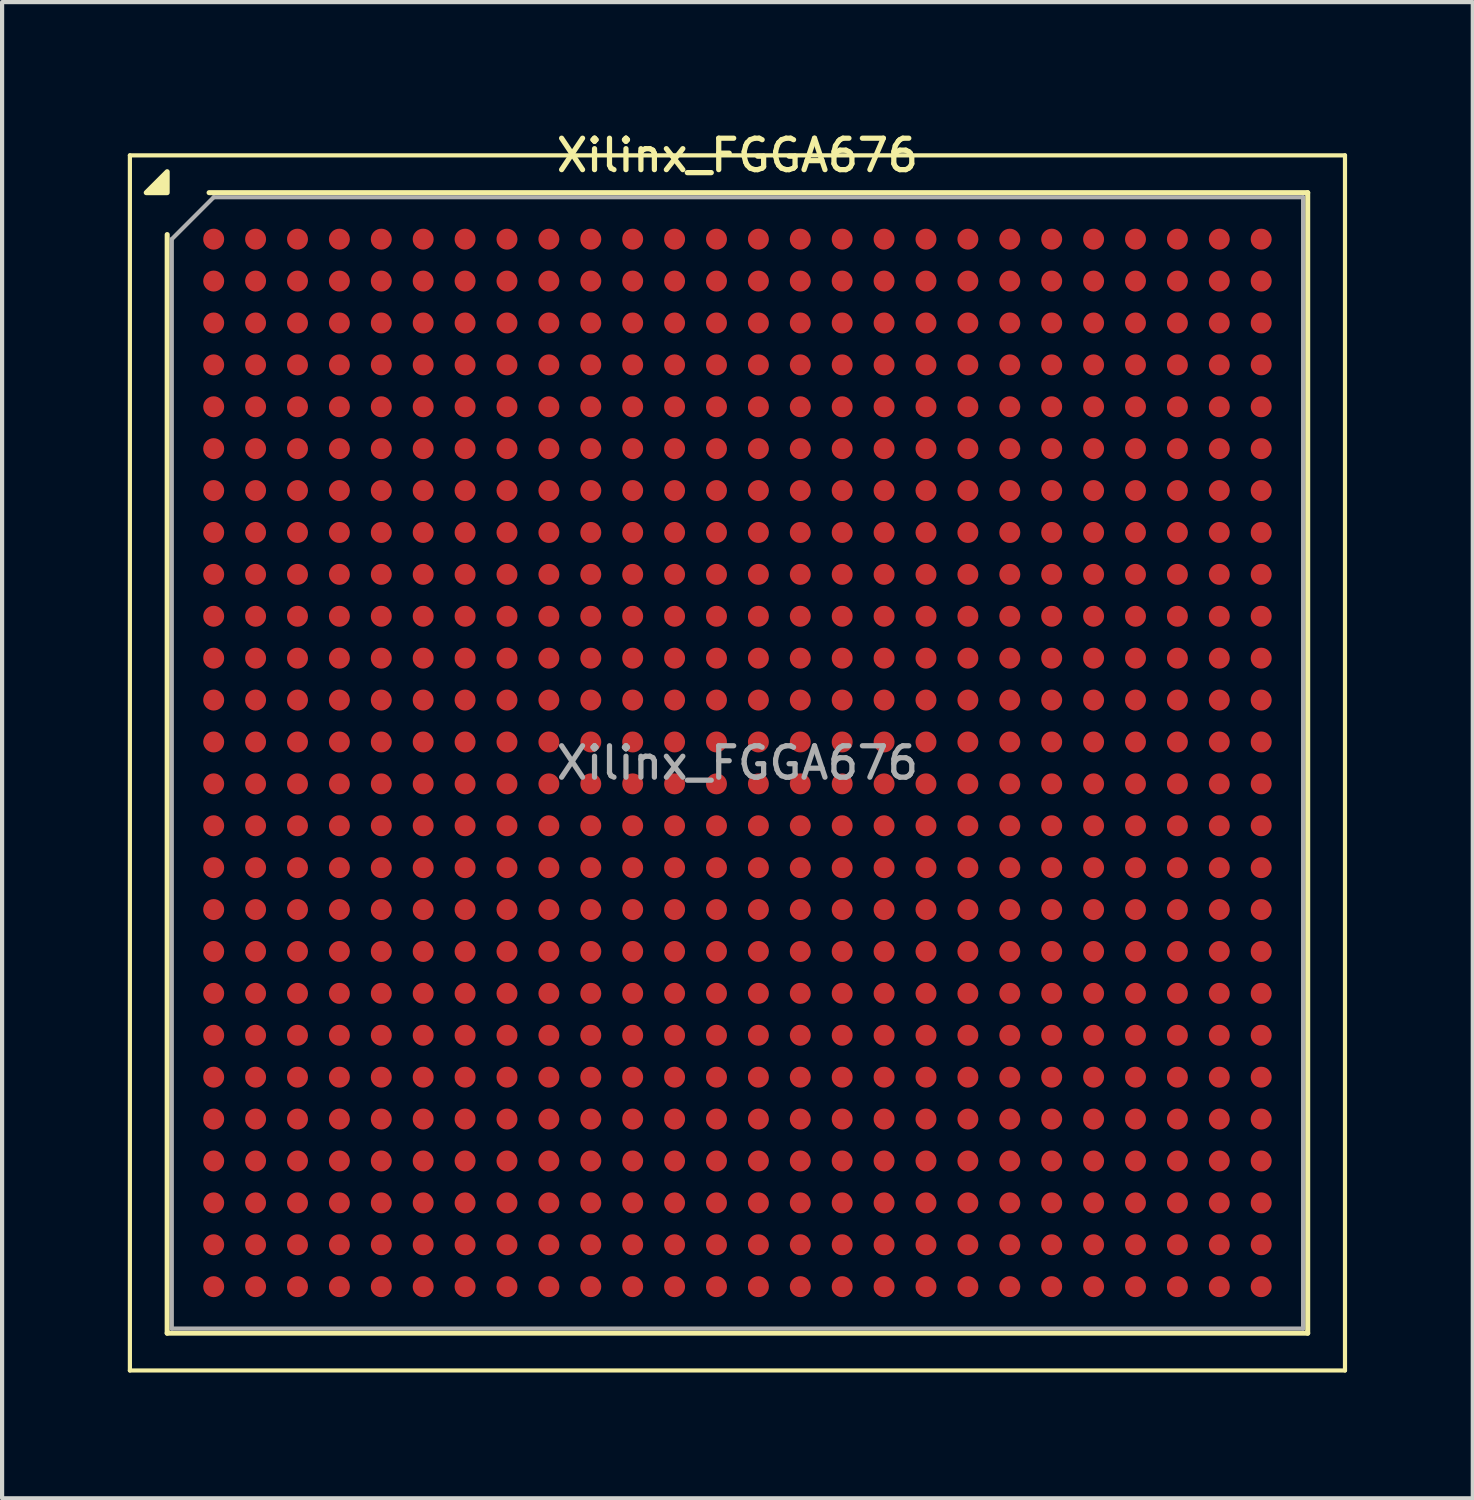
<source format=kicad_pcb>
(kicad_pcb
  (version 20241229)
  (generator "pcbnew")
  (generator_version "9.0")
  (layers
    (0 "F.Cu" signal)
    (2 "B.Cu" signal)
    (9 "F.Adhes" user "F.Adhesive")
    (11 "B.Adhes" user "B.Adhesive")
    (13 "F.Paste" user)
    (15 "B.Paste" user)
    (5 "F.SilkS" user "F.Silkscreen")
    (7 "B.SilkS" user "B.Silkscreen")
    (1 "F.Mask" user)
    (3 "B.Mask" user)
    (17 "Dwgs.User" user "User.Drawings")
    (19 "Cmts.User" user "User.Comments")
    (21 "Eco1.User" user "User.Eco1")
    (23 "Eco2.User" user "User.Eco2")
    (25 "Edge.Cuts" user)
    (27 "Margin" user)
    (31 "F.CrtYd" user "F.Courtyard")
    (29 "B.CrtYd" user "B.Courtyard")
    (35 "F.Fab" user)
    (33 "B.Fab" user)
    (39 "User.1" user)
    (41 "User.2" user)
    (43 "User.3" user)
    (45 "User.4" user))
  (footprint "Xilinx_FGGA676"
    (layer "F.Cu")
    (at 14.55 15.158)
    (property "Reference" "Xilinx_FGGA676" (at 0 -14.5 0) (layer "F.SilkS") (effects (font (size 0.75 0.75) (thickness 0.125))))
    (attr smd)
    (fp_line (start -14.5 -14.5) (end -14.5 14.5) (stroke (width 0.1) (type solid)) (layer "F.SilkS"))
    (fp_line (start -14.5 14.5) (end 14.5 14.5) (stroke (width 0.1) (type solid)) (layer "F.SilkS"))
    (fp_line (start -13.61 13.61) (end -13.61 -12.61) (stroke (width 0.12) (type solid)) (layer "F.SilkS"))
    (fp_line (start -12.61 -13.61) (end 13.61 -13.61) (stroke (width 0.12) (type solid)) (layer "F.SilkS"))
    (fp_line (start 13.61 -13.61) (end 13.61 13.61) (stroke (width 0.12) (type solid)) (layer "F.SilkS"))
    (fp_line (start 13.61 13.61) (end -13.61 13.61) (stroke (width 0.12) (type solid)) (layer "F.SilkS"))
    (fp_line (start 14.5 -14.5) (end -14.5 -14.5) (stroke (width 0.1) (type solid)) (layer "F.SilkS"))
    (fp_line (start 14.5 14.5) (end 14.5 -14.5) (stroke (width 0.1) (type solid)) (layer "F.SilkS"))
    (fp_poly (pts (xy -13.61 -13.61) (xy -14.11 -13.61) (xy -13.61 -14.11) (xy -13.61 -13.61)) (stroke (width 0.12) (type solid)) (fill yes) (layer "F.SilkS"))
    (fp_line (start -13.5 -12.5) (end -12.5 -13.5) (stroke (width 0.1) (type solid)) (layer "F.Fab"))
    (fp_line (start -13.5 13.5) (end -13.5 -12.5) (stroke (width 0.1) (type solid)) (layer "F.Fab"))
    (fp_line (start -12.5 -13.5) (end 13.5 -13.5) (stroke (width 0.1) (type solid)) (layer "F.Fab"))
    (fp_line (start 13.5 -13.5) (end 13.5 13.5) (stroke (width 0.1) (type solid)) (layer "F.Fab"))
    (fp_line (start 13.5 13.5) (end -13.5 13.5) (stroke (width 0.1) (type solid)) (layer "F.Fab"))
    (fp_text user "${REFERENCE}" (at 0 0 0) (layer "F.Fab") (effects (font (size 0.75 0.75) (thickness 0.125))))
    (pad "A1" smd circle (at -12.5 -12.5) (size 0.5 0.5) (property pad_prop_bga) (layers "F.Cu" "F.Mask" "F.Paste"))
    (pad "A2" smd circle (at -11.5 -12.5) (size 0.5 0.5) (property pad_prop_bga) (layers "F.Cu" "F.Mask" "F.Paste"))
    (pad "A3" smd circle (at -10.5 -12.5) (size 0.5 0.5) (property pad_prop_bga) (layers "F.Cu" "F.Mask" "F.Paste"))
    (pad "A4" smd circle (at -9.5 -12.5) (size 0.5 0.5) (property pad_prop_bga) (layers "F.Cu" "F.Mask" "F.Paste"))
    (pad "A5" smd circle (at -8.5 -12.5) (size 0.5 0.5) (property pad_prop_bga) (layers "F.Cu" "F.Mask" "F.Paste"))
    (pad "A6" smd circle (at -7.5 -12.5) (size 0.5 0.5) (property pad_prop_bga) (layers "F.Cu" "F.Mask" "F.Paste"))
    (pad "A7" smd circle (at -6.5 -12.5) (size 0.5 0.5) (property pad_prop_bga) (layers "F.Cu" "F.Mask" "F.Paste"))
    (pad "A8" smd circle (at -5.5 -12.5) (size 0.5 0.5) (property pad_prop_bga) (layers "F.Cu" "F.Mask" "F.Paste"))
    (pad "A9" smd circle (at -4.5 -12.5) (size 0.5 0.5) (property pad_prop_bga) (layers "F.Cu" "F.Mask" "F.Paste"))
    (pad "A10" smd circle (at -3.5 -12.5) (size 0.5 0.5) (property pad_prop_bga) (layers "F.Cu" "F.Mask" "F.Paste"))
    (pad "A11" smd circle (at -2.5 -12.5) (size 0.5 0.5) (property pad_prop_bga) (layers "F.Cu" "F.Mask" "F.Paste"))
    (pad "A12" smd circle (at -1.5 -12.5) (size 0.5 0.5) (property pad_prop_bga) (layers "F.Cu" "F.Mask" "F.Paste"))
    (pad "A13" smd circle (at -0.5 -12.5) (size 0.5 0.5) (property pad_prop_bga) (layers "F.Cu" "F.Mask" "F.Paste"))
    (pad "A14" smd circle (at 0.5 -12.5) (size 0.5 0.5) (property pad_prop_bga) (layers "F.Cu" "F.Mask" "F.Paste"))
    (pad "A15" smd circle (at 1.5 -12.5) (size 0.5 0.5) (property pad_prop_bga) (layers "F.Cu" "F.Mask" "F.Paste"))
    (pad "A16" smd circle (at 2.5 -12.5) (size 0.5 0.5) (property pad_prop_bga) (layers "F.Cu" "F.Mask" "F.Paste"))
    (pad "A17" smd circle (at 3.5 -12.5) (size 0.5 0.5) (property pad_prop_bga) (layers "F.Cu" "F.Mask" "F.Paste"))
    (pad "A18" smd circle (at 4.5 -12.5) (size 0.5 0.5) (property pad_prop_bga) (layers "F.Cu" "F.Mask" "F.Paste"))
    (pad "A19" smd circle (at 5.5 -12.5) (size 0.5 0.5) (property pad_prop_bga) (layers "F.Cu" "F.Mask" "F.Paste"))
    (pad "A20" smd circle (at 6.5 -12.5) (size 0.5 0.5) (property pad_prop_bga) (layers "F.Cu" "F.Mask" "F.Paste"))
    (pad "A21" smd circle (at 7.5 -12.5) (size 0.5 0.5) (property pad_prop_bga) (layers "F.Cu" "F.Mask" "F.Paste"))
    (pad "A22" smd circle (at 8.5 -12.5) (size 0.5 0.5) (property pad_prop_bga) (layers "F.Cu" "F.Mask" "F.Paste"))
    (pad "A23" smd circle (at 9.5 -12.5) (size 0.5 0.5) (property pad_prop_bga) (layers "F.Cu" "F.Mask" "F.Paste"))
    (pad "A24" smd circle (at 10.5 -12.5) (size 0.5 0.5) (property pad_prop_bga) (layers "F.Cu" "F.Mask" "F.Paste"))
    (pad "A25" smd circle (at 11.5 -12.5) (size 0.5 0.5) (property pad_prop_bga) (layers "F.Cu" "F.Mask" "F.Paste"))
    (pad "A26" smd circle (at 12.5 -12.5) (size 0.5 0.5) (property pad_prop_bga) (layers "F.Cu" "F.Mask" "F.Paste"))
    (pad "AA1" smd circle (at -12.5 7.5) (size 0.5 0.5) (property pad_prop_bga) (layers "F.Cu" "F.Mask" "F.Paste"))
    (pad "AA2" smd circle (at -11.5 7.5) (size 0.5 0.5) (property pad_prop_bga) (layers "F.Cu" "F.Mask" "F.Paste"))
    (pad "AA3" smd circle (at -10.5 7.5) (size 0.5 0.5) (property pad_prop_bga) (layers "F.Cu" "F.Mask" "F.Paste"))
    (pad "AA4" smd circle (at -9.5 7.5) (size 0.5 0.5) (property pad_prop_bga) (layers "F.Cu" "F.Mask" "F.Paste"))
    (pad "AA5" smd circle (at -8.5 7.5) (size 0.5 0.5) (property pad_prop_bga) (layers "F.Cu" "F.Mask" "F.Paste"))
    (pad "AA6" smd circle (at -7.5 7.5) (size 0.5 0.5) (property pad_prop_bga) (layers "F.Cu" "F.Mask" "F.Paste"))
    (pad "AA7" smd circle (at -6.5 7.5) (size 0.5 0.5) (property pad_prop_bga) (layers "F.Cu" "F.Mask" "F.Paste"))
    (pad "AA8" smd circle (at -5.5 7.5) (size 0.5 0.5) (property pad_prop_bga) (layers "F.Cu" "F.Mask" "F.Paste"))
    (pad "AA9" smd circle (at -4.5 7.5) (size 0.5 0.5) (property pad_prop_bga) (layers "F.Cu" "F.Mask" "F.Paste"))
    (pad "AA10" smd circle (at -3.5 7.5) (size 0.5 0.5) (property pad_prop_bga) (layers "F.Cu" "F.Mask" "F.Paste"))
    (pad "AA11" smd circle (at -2.5 7.5) (size 0.5 0.5) (property pad_prop_bga) (layers "F.Cu" "F.Mask" "F.Paste"))
    (pad "AA12" smd circle (at -1.5 7.5) (size 0.5 0.5) (property pad_prop_bga) (layers "F.Cu" "F.Mask" "F.Paste"))
    (pad "AA13" smd circle (at -0.5 7.5) (size 0.5 0.5) (property pad_prop_bga) (layers "F.Cu" "F.Mask" "F.Paste"))
    (pad "AA14" smd circle (at 0.5 7.5) (size 0.5 0.5) (property pad_prop_bga) (layers "F.Cu" "F.Mask" "F.Paste"))
    (pad "AA15" smd circle (at 1.5 7.5) (size 0.5 0.5) (property pad_prop_bga) (layers "F.Cu" "F.Mask" "F.Paste"))
    (pad "AA16" smd circle (at 2.5 7.5) (size 0.5 0.5) (property pad_prop_bga) (layers "F.Cu" "F.Mask" "F.Paste"))
    (pad "AA17" smd circle (at 3.5 7.5) (size 0.5 0.5) (property pad_prop_bga) (layers "F.Cu" "F.Mask" "F.Paste"))
    (pad "AA18" smd circle (at 4.5 7.5) (size 0.5 0.5) (property pad_prop_bga) (layers "F.Cu" "F.Mask" "F.Paste"))
    (pad "AA19" smd circle (at 5.5 7.5) (size 0.5 0.5) (property pad_prop_bga) (layers "F.Cu" "F.Mask" "F.Paste"))
    (pad "AA20" smd circle (at 6.5 7.5) (size 0.5 0.5) (property pad_prop_bga) (layers "F.Cu" "F.Mask" "F.Paste"))
    (pad "AA21" smd circle (at 7.5 7.5) (size 0.5 0.5) (property pad_prop_bga) (layers "F.Cu" "F.Mask" "F.Paste"))
    (pad "AA22" smd circle (at 8.5 7.5) (size 0.5 0.5) (property pad_prop_bga) (layers "F.Cu" "F.Mask" "F.Paste"))
    (pad "AA23" smd circle (at 9.5 7.5) (size 0.5 0.5) (property pad_prop_bga) (layers "F.Cu" "F.Mask" "F.Paste"))
    (pad "AA24" smd circle (at 10.5 7.5) (size 0.5 0.5) (property pad_prop_bga) (layers "F.Cu" "F.Mask" "F.Paste"))
    (pad "AA25" smd circle (at 11.5 7.5) (size 0.5 0.5) (property pad_prop_bga) (layers "F.Cu" "F.Mask" "F.Paste"))
    (pad "AA26" smd circle (at 12.5 7.5) (size 0.5 0.5) (property pad_prop_bga) (layers "F.Cu" "F.Mask" "F.Paste"))
    (pad "AB1" smd circle (at -12.5 8.5) (size 0.5 0.5) (property pad_prop_bga) (layers "F.Cu" "F.Mask" "F.Paste"))
    (pad "AB2" smd circle (at -11.5 8.5) (size 0.5 0.5) (property pad_prop_bga) (layers "F.Cu" "F.Mask" "F.Paste"))
    (pad "AB3" smd circle (at -10.5 8.5) (size 0.5 0.5) (property pad_prop_bga) (layers "F.Cu" "F.Mask" "F.Paste"))
    (pad "AB4" smd circle (at -9.5 8.5) (size 0.5 0.5) (property pad_prop_bga) (layers "F.Cu" "F.Mask" "F.Paste"))
    (pad "AB5" smd circle (at -8.5 8.5) (size 0.5 0.5) (property pad_prop_bga) (layers "F.Cu" "F.Mask" "F.Paste"))
    (pad "AB6" smd circle (at -7.5 8.5) (size 0.5 0.5) (property pad_prop_bga) (layers "F.Cu" "F.Mask" "F.Paste"))
    (pad "AB7" smd circle (at -6.5 8.5) (size 0.5 0.5) (property pad_prop_bga) (layers "F.Cu" "F.Mask" "F.Paste"))
    (pad "AB8" smd circle (at -5.5 8.5) (size 0.5 0.5) (property pad_prop_bga) (layers "F.Cu" "F.Mask" "F.Paste"))
    (pad "AB9" smd circle (at -4.5 8.5) (size 0.5 0.5) (property pad_prop_bga) (layers "F.Cu" "F.Mask" "F.Paste"))
    (pad "AB10" smd circle (at -3.5 8.5) (size 0.5 0.5) (property pad_prop_bga) (layers "F.Cu" "F.Mask" "F.Paste"))
    (pad "AB11" smd circle (at -2.5 8.5) (size 0.5 0.5) (property pad_prop_bga) (layers "F.Cu" "F.Mask" "F.Paste"))
    (pad "AB12" smd circle (at -1.5 8.5) (size 0.5 0.5) (property pad_prop_bga) (layers "F.Cu" "F.Mask" "F.Paste"))
    (pad "AB13" smd circle (at -0.5 8.5) (size 0.5 0.5) (property pad_prop_bga) (layers "F.Cu" "F.Mask" "F.Paste"))
    (pad "AB14" smd circle (at 0.5 8.5) (size 0.5 0.5) (property pad_prop_bga) (layers "F.Cu" "F.Mask" "F.Paste"))
    (pad "AB15" smd circle (at 1.5 8.5) (size 0.5 0.5) (property pad_prop_bga) (layers "F.Cu" "F.Mask" "F.Paste"))
    (pad "AB16" smd circle (at 2.5 8.5) (size 0.5 0.5) (property pad_prop_bga) (layers "F.Cu" "F.Mask" "F.Paste"))
    (pad "AB17" smd circle (at 3.5 8.5) (size 0.5 0.5) (property pad_prop_bga) (layers "F.Cu" "F.Mask" "F.Paste"))
    (pad "AB18" smd circle (at 4.5 8.5) (size 0.5 0.5) (property pad_prop_bga) (layers "F.Cu" "F.Mask" "F.Paste"))
    (pad "AB19" smd circle (at 5.5 8.5) (size 0.5 0.5) (property pad_prop_bga) (layers "F.Cu" "F.Mask" "F.Paste"))
    (pad "AB20" smd circle (at 6.5 8.5) (size 0.5 0.5) (property pad_prop_bga) (layers "F.Cu" "F.Mask" "F.Paste"))
    (pad "AB21" smd circle (at 7.5 8.5) (size 0.5 0.5) (property pad_prop_bga) (layers "F.Cu" "F.Mask" "F.Paste"))
    (pad "AB22" smd circle (at 8.5 8.5) (size 0.5 0.5) (property pad_prop_bga) (layers "F.Cu" "F.Mask" "F.Paste"))
    (pad "AB23" smd circle (at 9.5 8.5) (size 0.5 0.5) (property pad_prop_bga) (layers "F.Cu" "F.Mask" "F.Paste"))
    (pad "AB24" smd circle (at 10.5 8.5) (size 0.5 0.5) (property pad_prop_bga) (layers "F.Cu" "F.Mask" "F.Paste"))
    (pad "AB25" smd circle (at 11.5 8.5) (size 0.5 0.5) (property pad_prop_bga) (layers "F.Cu" "F.Mask" "F.Paste"))
    (pad "AB26" smd circle (at 12.5 8.5) (size 0.5 0.5) (property pad_prop_bga) (layers "F.Cu" "F.Mask" "F.Paste"))
    (pad "AC1" smd circle (at -12.5 9.5) (size 0.5 0.5) (property pad_prop_bga) (layers "F.Cu" "F.Mask" "F.Paste"))
    (pad "AC2" smd circle (at -11.5 9.5) (size 0.5 0.5) (property pad_prop_bga) (layers "F.Cu" "F.Mask" "F.Paste"))
    (pad "AC3" smd circle (at -10.5 9.5) (size 0.5 0.5) (property pad_prop_bga) (layers "F.Cu" "F.Mask" "F.Paste"))
    (pad "AC4" smd circle (at -9.5 9.5) (size 0.5 0.5) (property pad_prop_bga) (layers "F.Cu" "F.Mask" "F.Paste"))
    (pad "AC5" smd circle (at -8.5 9.5) (size 0.5 0.5) (property pad_prop_bga) (layers "F.Cu" "F.Mask" "F.Paste"))
    (pad "AC6" smd circle (at -7.5 9.5) (size 0.5 0.5) (property pad_prop_bga) (layers "F.Cu" "F.Mask" "F.Paste"))
    (pad "AC7" smd circle (at -6.5 9.5) (size 0.5 0.5) (property pad_prop_bga) (layers "F.Cu" "F.Mask" "F.Paste"))
    (pad "AC8" smd circle (at -5.5 9.5) (size 0.5 0.5) (property pad_prop_bga) (layers "F.Cu" "F.Mask" "F.Paste"))
    (pad "AC9" smd circle (at -4.5 9.5) (size 0.5 0.5) (property pad_prop_bga) (layers "F.Cu" "F.Mask" "F.Paste"))
    (pad "AC10" smd circle (at -3.5 9.5) (size 0.5 0.5) (property pad_prop_bga) (layers "F.Cu" "F.Mask" "F.Paste"))
    (pad "AC11" smd circle (at -2.5 9.5) (size 0.5 0.5) (property pad_prop_bga) (layers "F.Cu" "F.Mask" "F.Paste"))
    (pad "AC12" smd circle (at -1.5 9.5) (size 0.5 0.5) (property pad_prop_bga) (layers "F.Cu" "F.Mask" "F.Paste"))
    (pad "AC13" smd circle (at -0.5 9.5) (size 0.5 0.5) (property pad_prop_bga) (layers "F.Cu" "F.Mask" "F.Paste"))
    (pad "AC14" smd circle (at 0.5 9.5) (size 0.5 0.5) (property pad_prop_bga) (layers "F.Cu" "F.Mask" "F.Paste"))
    (pad "AC15" smd circle (at 1.5 9.5) (size 0.5 0.5) (property pad_prop_bga) (layers "F.Cu" "F.Mask" "F.Paste"))
    (pad "AC16" smd circle (at 2.5 9.5) (size 0.5 0.5) (property pad_prop_bga) (layers "F.Cu" "F.Mask" "F.Paste"))
    (pad "AC17" smd circle (at 3.5 9.5) (size 0.5 0.5) (property pad_prop_bga) (layers "F.Cu" "F.Mask" "F.Paste"))
    (pad "AC18" smd circle (at 4.5 9.5) (size 0.5 0.5) (property pad_prop_bga) (layers "F.Cu" "F.Mask" "F.Paste"))
    (pad "AC19" smd circle (at 5.5 9.5) (size 0.5 0.5) (property pad_prop_bga) (layers "F.Cu" "F.Mask" "F.Paste"))
    (pad "AC20" smd circle (at 6.5 9.5) (size 0.5 0.5) (property pad_prop_bga) (layers "F.Cu" "F.Mask" "F.Paste"))
    (pad "AC21" smd circle (at 7.5 9.5) (size 0.5 0.5) (property pad_prop_bga) (layers "F.Cu" "F.Mask" "F.Paste"))
    (pad "AC22" smd circle (at 8.5 9.5) (size 0.5 0.5) (property pad_prop_bga) (layers "F.Cu" "F.Mask" "F.Paste"))
    (pad "AC23" smd circle (at 9.5 9.5) (size 0.5 0.5) (property pad_prop_bga) (layers "F.Cu" "F.Mask" "F.Paste"))
    (pad "AC24" smd circle (at 10.5 9.5) (size 0.5 0.5) (property pad_prop_bga) (layers "F.Cu" "F.Mask" "F.Paste"))
    (pad "AC25" smd circle (at 11.5 9.5) (size 0.5 0.5) (property pad_prop_bga) (layers "F.Cu" "F.Mask" "F.Paste"))
    (pad "AC26" smd circle (at 12.5 9.5) (size 0.5 0.5) (property pad_prop_bga) (layers "F.Cu" "F.Mask" "F.Paste"))
    (pad "AD1" smd circle (at -12.5 10.5) (size 0.5 0.5) (property pad_prop_bga) (layers "F.Cu" "F.Mask" "F.Paste"))
    (pad "AD2" smd circle (at -11.5 10.5) (size 0.5 0.5) (property pad_prop_bga) (layers "F.Cu" "F.Mask" "F.Paste"))
    (pad "AD3" smd circle (at -10.5 10.5) (size 0.5 0.5) (property pad_prop_bga) (layers "F.Cu" "F.Mask" "F.Paste"))
    (pad "AD4" smd circle (at -9.5 10.5) (size 0.5 0.5) (property pad_prop_bga) (layers "F.Cu" "F.Mask" "F.Paste"))
    (pad "AD5" smd circle (at -8.5 10.5) (size 0.5 0.5) (property pad_prop_bga) (layers "F.Cu" "F.Mask" "F.Paste"))
    (pad "AD6" smd circle (at -7.5 10.5) (size 0.5 0.5) (property pad_prop_bga) (layers "F.Cu" "F.Mask" "F.Paste"))
    (pad "AD7" smd circle (at -6.5 10.5) (size 0.5 0.5) (property pad_prop_bga) (layers "F.Cu" "F.Mask" "F.Paste"))
    (pad "AD8" smd circle (at -5.5 10.5) (size 0.5 0.5) (property pad_prop_bga) (layers "F.Cu" "F.Mask" "F.Paste"))
    (pad "AD9" smd circle (at -4.5 10.5) (size 0.5 0.5) (property pad_prop_bga) (layers "F.Cu" "F.Mask" "F.Paste"))
    (pad "AD10" smd circle (at -3.5 10.5) (size 0.5 0.5) (property pad_prop_bga) (layers "F.Cu" "F.Mask" "F.Paste"))
    (pad "AD11" smd circle (at -2.5 10.5) (size 0.5 0.5) (property pad_prop_bga) (layers "F.Cu" "F.Mask" "F.Paste"))
    (pad "AD12" smd circle (at -1.5 10.5) (size 0.5 0.5) (property pad_prop_bga) (layers "F.Cu" "F.Mask" "F.Paste"))
    (pad "AD13" smd circle (at -0.5 10.5) (size 0.5 0.5) (property pad_prop_bga) (layers "F.Cu" "F.Mask" "F.Paste"))
    (pad "AD14" smd circle (at 0.5 10.5) (size 0.5 0.5) (property pad_prop_bga) (layers "F.Cu" "F.Mask" "F.Paste"))
    (pad "AD15" smd circle (at 1.5 10.5) (size 0.5 0.5) (property pad_prop_bga) (layers "F.Cu" "F.Mask" "F.Paste"))
    (pad "AD16" smd circle (at 2.5 10.5) (size 0.5 0.5) (property pad_prop_bga) (layers "F.Cu" "F.Mask" "F.Paste"))
    (pad "AD17" smd circle (at 3.5 10.5) (size 0.5 0.5) (property pad_prop_bga) (layers "F.Cu" "F.Mask" "F.Paste"))
    (pad "AD18" smd circle (at 4.5 10.5) (size 0.5 0.5) (property pad_prop_bga) (layers "F.Cu" "F.Mask" "F.Paste"))
    (pad "AD19" smd circle (at 5.5 10.5) (size 0.5 0.5) (property pad_prop_bga) (layers "F.Cu" "F.Mask" "F.Paste"))
    (pad "AD20" smd circle (at 6.5 10.5) (size 0.5 0.5) (property pad_prop_bga) (layers "F.Cu" "F.Mask" "F.Paste"))
    (pad "AD21" smd circle (at 7.5 10.5) (size 0.5 0.5) (property pad_prop_bga) (layers "F.Cu" "F.Mask" "F.Paste"))
    (pad "AD22" smd circle (at 8.5 10.5) (size 0.5 0.5) (property pad_prop_bga) (layers "F.Cu" "F.Mask" "F.Paste"))
    (pad "AD23" smd circle (at 9.5 10.5) (size 0.5 0.5) (property pad_prop_bga) (layers "F.Cu" "F.Mask" "F.Paste"))
    (pad "AD24" smd circle (at 10.5 10.5) (size 0.5 0.5) (property pad_prop_bga) (layers "F.Cu" "F.Mask" "F.Paste"))
    (pad "AD25" smd circle (at 11.5 10.5) (size 0.5 0.5) (property pad_prop_bga) (layers "F.Cu" "F.Mask" "F.Paste"))
    (pad "AD26" smd circle (at 12.5 10.5) (size 0.5 0.5) (property pad_prop_bga) (layers "F.Cu" "F.Mask" "F.Paste"))
    (pad "AE1" smd circle (at -12.5 11.5) (size 0.5 0.5) (property pad_prop_bga) (layers "F.Cu" "F.Mask" "F.Paste"))
    (pad "AE2" smd circle (at -11.5 11.5) (size 0.5 0.5) (property pad_prop_bga) (layers "F.Cu" "F.Mask" "F.Paste"))
    (pad "AE3" smd circle (at -10.5 11.5) (size 0.5 0.5) (property pad_prop_bga) (layers "F.Cu" "F.Mask" "F.Paste"))
    (pad "AE4" smd circle (at -9.5 11.5) (size 0.5 0.5) (property pad_prop_bga) (layers "F.Cu" "F.Mask" "F.Paste"))
    (pad "AE5" smd circle (at -8.5 11.5) (size 0.5 0.5) (property pad_prop_bga) (layers "F.Cu" "F.Mask" "F.Paste"))
    (pad "AE6" smd circle (at -7.5 11.5) (size 0.5 0.5) (property pad_prop_bga) (layers "F.Cu" "F.Mask" "F.Paste"))
    (pad "AE7" smd circle (at -6.5 11.5) (size 0.5 0.5) (property pad_prop_bga) (layers "F.Cu" "F.Mask" "F.Paste"))
    (pad "AE8" smd circle (at -5.5 11.5) (size 0.5 0.5) (property pad_prop_bga) (layers "F.Cu" "F.Mask" "F.Paste"))
    (pad "AE9" smd circle (at -4.5 11.5) (size 0.5 0.5) (property pad_prop_bga) (layers "F.Cu" "F.Mask" "F.Paste"))
    (pad "AE10" smd circle (at -3.5 11.5) (size 0.5 0.5) (property pad_prop_bga) (layers "F.Cu" "F.Mask" "F.Paste"))
    (pad "AE11" smd circle (at -2.5 11.5) (size 0.5 0.5) (property pad_prop_bga) (layers "F.Cu" "F.Mask" "F.Paste"))
    (pad "AE12" smd circle (at -1.5 11.5) (size 0.5 0.5) (property pad_prop_bga) (layers "F.Cu" "F.Mask" "F.Paste"))
    (pad "AE13" smd circle (at -0.5 11.5) (size 0.5 0.5) (property pad_prop_bga) (layers "F.Cu" "F.Mask" "F.Paste"))
    (pad "AE14" smd circle (at 0.5 11.5) (size 0.5 0.5) (property pad_prop_bga) (layers "F.Cu" "F.Mask" "F.Paste"))
    (pad "AE15" smd circle (at 1.5 11.5) (size 0.5 0.5) (property pad_prop_bga) (layers "F.Cu" "F.Mask" "F.Paste"))
    (pad "AE16" smd circle (at 2.5 11.5) (size 0.5 0.5) (property pad_prop_bga) (layers "F.Cu" "F.Mask" "F.Paste"))
    (pad "AE17" smd circle (at 3.5 11.5) (size 0.5 0.5) (property pad_prop_bga) (layers "F.Cu" "F.Mask" "F.Paste"))
    (pad "AE18" smd circle (at 4.5 11.5) (size 0.5 0.5) (property pad_prop_bga) (layers "F.Cu" "F.Mask" "F.Paste"))
    (pad "AE19" smd circle (at 5.5 11.5) (size 0.5 0.5) (property pad_prop_bga) (layers "F.Cu" "F.Mask" "F.Paste"))
    (pad "AE20" smd circle (at 6.5 11.5) (size 0.5 0.5) (property pad_prop_bga) (layers "F.Cu" "F.Mask" "F.Paste"))
    (pad "AE21" smd circle (at 7.5 11.5) (size 0.5 0.5) (property pad_prop_bga) (layers "F.Cu" "F.Mask" "F.Paste"))
    (pad "AE22" smd circle (at 8.5 11.5) (size 0.5 0.5) (property pad_prop_bga) (layers "F.Cu" "F.Mask" "F.Paste"))
    (pad "AE23" smd circle (at 9.5 11.5) (size 0.5 0.5) (property pad_prop_bga) (layers "F.Cu" "F.Mask" "F.Paste"))
    (pad "AE24" smd circle (at 10.5 11.5) (size 0.5 0.5) (property pad_prop_bga) (layers "F.Cu" "F.Mask" "F.Paste"))
    (pad "AE25" smd circle (at 11.5 11.5) (size 0.5 0.5) (property pad_prop_bga) (layers "F.Cu" "F.Mask" "F.Paste"))
    (pad "AE26" smd circle (at 12.5 11.5) (size 0.5 0.5) (property pad_prop_bga) (layers "F.Cu" "F.Mask" "F.Paste"))
    (pad "AF1" smd circle (at -12.5 12.5) (size 0.5 0.5) (property pad_prop_bga) (layers "F.Cu" "F.Mask" "F.Paste"))
    (pad "AF2" smd circle (at -11.5 12.5) (size 0.5 0.5) (property pad_prop_bga) (layers "F.Cu" "F.Mask" "F.Paste"))
    (pad "AF3" smd circle (at -10.5 12.5) (size 0.5 0.5) (property pad_prop_bga) (layers "F.Cu" "F.Mask" "F.Paste"))
    (pad "AF4" smd circle (at -9.5 12.5) (size 0.5 0.5) (property pad_prop_bga) (layers "F.Cu" "F.Mask" "F.Paste"))
    (pad "AF5" smd circle (at -8.5 12.5) (size 0.5 0.5) (property pad_prop_bga) (layers "F.Cu" "F.Mask" "F.Paste"))
    (pad "AF6" smd circle (at -7.5 12.5) (size 0.5 0.5) (property pad_prop_bga) (layers "F.Cu" "F.Mask" "F.Paste"))
    (pad "AF7" smd circle (at -6.5 12.5) (size 0.5 0.5) (property pad_prop_bga) (layers "F.Cu" "F.Mask" "F.Paste"))
    (pad "AF8" smd circle (at -5.5 12.5) (size 0.5 0.5) (property pad_prop_bga) (layers "F.Cu" "F.Mask" "F.Paste"))
    (pad "AF9" smd circle (at -4.5 12.5) (size 0.5 0.5) (property pad_prop_bga) (layers "F.Cu" "F.Mask" "F.Paste"))
    (pad "AF10" smd circle (at -3.5 12.5) (size 0.5 0.5) (property pad_prop_bga) (layers "F.Cu" "F.Mask" "F.Paste"))
    (pad "AF11" smd circle (at -2.5 12.5) (size 0.5 0.5) (property pad_prop_bga) (layers "F.Cu" "F.Mask" "F.Paste"))
    (pad "AF12" smd circle (at -1.5 12.5) (size 0.5 0.5) (property pad_prop_bga) (layers "F.Cu" "F.Mask" "F.Paste"))
    (pad "AF13" smd circle (at -0.5 12.5) (size 0.5 0.5) (property pad_prop_bga) (layers "F.Cu" "F.Mask" "F.Paste"))
    (pad "AF14" smd circle (at 0.5 12.5) (size 0.5 0.5) (property pad_prop_bga) (layers "F.Cu" "F.Mask" "F.Paste"))
    (pad "AF15" smd circle (at 1.5 12.5) (size 0.5 0.5) (property pad_prop_bga) (layers "F.Cu" "F.Mask" "F.Paste"))
    (pad "AF16" smd circle (at 2.5 12.5) (size 0.5 0.5) (property pad_prop_bga) (layers "F.Cu" "F.Mask" "F.Paste"))
    (pad "AF17" smd circle (at 3.5 12.5) (size 0.5 0.5) (property pad_prop_bga) (layers "F.Cu" "F.Mask" "F.Paste"))
    (pad "AF18" smd circle (at 4.5 12.5) (size 0.5 0.5) (property pad_prop_bga) (layers "F.Cu" "F.Mask" "F.Paste"))
    (pad "AF19" smd circle (at 5.5 12.5) (size 0.5 0.5) (property pad_prop_bga) (layers "F.Cu" "F.Mask" "F.Paste"))
    (pad "AF20" smd circle (at 6.5 12.5) (size 0.5 0.5) (property pad_prop_bga) (layers "F.Cu" "F.Mask" "F.Paste"))
    (pad "AF21" smd circle (at 7.5 12.5) (size 0.5 0.5) (property pad_prop_bga) (layers "F.Cu" "F.Mask" "F.Paste"))
    (pad "AF22" smd circle (at 8.5 12.5) (size 0.5 0.5) (property pad_prop_bga) (layers "F.Cu" "F.Mask" "F.Paste"))
    (pad "AF23" smd circle (at 9.5 12.5) (size 0.5 0.5) (property pad_prop_bga) (layers "F.Cu" "F.Mask" "F.Paste"))
    (pad "AF24" smd circle (at 10.5 12.5) (size 0.5 0.5) (property pad_prop_bga) (layers "F.Cu" "F.Mask" "F.Paste"))
    (pad "AF25" smd circle (at 11.5 12.5) (size 0.5 0.5) (property pad_prop_bga) (layers "F.Cu" "F.Mask" "F.Paste"))
    (pad "AF26" smd circle (at 12.5 12.5) (size 0.5 0.5) (property pad_prop_bga) (layers "F.Cu" "F.Mask" "F.Paste"))
    (pad "B1" smd circle (at -12.5 -11.5) (size 0.5 0.5) (property pad_prop_bga) (layers "F.Cu" "F.Mask" "F.Paste"))
    (pad "B2" smd circle (at -11.5 -11.5) (size 0.5 0.5) (property pad_prop_bga) (layers "F.Cu" "F.Mask" "F.Paste"))
    (pad "B3" smd circle (at -10.5 -11.5) (size 0.5 0.5) (property pad_prop_bga) (layers "F.Cu" "F.Mask" "F.Paste"))
    (pad "B4" smd circle (at -9.5 -11.5) (size 0.5 0.5) (property pad_prop_bga) (layers "F.Cu" "F.Mask" "F.Paste"))
    (pad "B5" smd circle (at -8.5 -11.5) (size 0.5 0.5) (property pad_prop_bga) (layers "F.Cu" "F.Mask" "F.Paste"))
    (pad "B6" smd circle (at -7.5 -11.5) (size 0.5 0.5) (property pad_prop_bga) (layers "F.Cu" "F.Mask" "F.Paste"))
    (pad "B7" smd circle (at -6.5 -11.5) (size 0.5 0.5) (property pad_prop_bga) (layers "F.Cu" "F.Mask" "F.Paste"))
    (pad "B8" smd circle (at -5.5 -11.5) (size 0.5 0.5) (property pad_prop_bga) (layers "F.Cu" "F.Mask" "F.Paste"))
    (pad "B9" smd circle (at -4.5 -11.5) (size 0.5 0.5) (property pad_prop_bga) (layers "F.Cu" "F.Mask" "F.Paste"))
    (pad "B10" smd circle (at -3.5 -11.5) (size 0.5 0.5) (property pad_prop_bga) (layers "F.Cu" "F.Mask" "F.Paste"))
    (pad "B11" smd circle (at -2.5 -11.5) (size 0.5 0.5) (property pad_prop_bga) (layers "F.Cu" "F.Mask" "F.Paste"))
    (pad "B12" smd circle (at -1.5 -11.5) (size 0.5 0.5) (property pad_prop_bga) (layers "F.Cu" "F.Mask" "F.Paste"))
    (pad "B13" smd circle (at -0.5 -11.5) (size 0.5 0.5) (property pad_prop_bga) (layers "F.Cu" "F.Mask" "F.Paste"))
    (pad "B14" smd circle (at 0.5 -11.5) (size 0.5 0.5) (property pad_prop_bga) (layers "F.Cu" "F.Mask" "F.Paste"))
    (pad "B15" smd circle (at 1.5 -11.5) (size 0.5 0.5) (property pad_prop_bga) (layers "F.Cu" "F.Mask" "F.Paste"))
    (pad "B16" smd circle (at 2.5 -11.5) (size 0.5 0.5) (property pad_prop_bga) (layers "F.Cu" "F.Mask" "F.Paste"))
    (pad "B17" smd circle (at 3.5 -11.5) (size 0.5 0.5) (property pad_prop_bga) (layers "F.Cu" "F.Mask" "F.Paste"))
    (pad "B18" smd circle (at 4.5 -11.5) (size 0.5 0.5) (property pad_prop_bga) (layers "F.Cu" "F.Mask" "F.Paste"))
    (pad "B19" smd circle (at 5.5 -11.5) (size 0.5 0.5) (property pad_prop_bga) (layers "F.Cu" "F.Mask" "F.Paste"))
    (pad "B20" smd circle (at 6.5 -11.5) (size 0.5 0.5) (property pad_prop_bga) (layers "F.Cu" "F.Mask" "F.Paste"))
    (pad "B21" smd circle (at 7.5 -11.5) (size 0.5 0.5) (property pad_prop_bga) (layers "F.Cu" "F.Mask" "F.Paste"))
    (pad "B22" smd circle (at 8.5 -11.5) (size 0.5 0.5) (property pad_prop_bga) (layers "F.Cu" "F.Mask" "F.Paste"))
    (pad "B23" smd circle (at 9.5 -11.5) (size 0.5 0.5) (property pad_prop_bga) (layers "F.Cu" "F.Mask" "F.Paste"))
    (pad "B24" smd circle (at 10.5 -11.5) (size 0.5 0.5) (property pad_prop_bga) (layers "F.Cu" "F.Mask" "F.Paste"))
    (pad "B25" smd circle (at 11.5 -11.5) (size 0.5 0.5) (property pad_prop_bga) (layers "F.Cu" "F.Mask" "F.Paste"))
    (pad "B26" smd circle (at 12.5 -11.5) (size 0.5 0.5) (property pad_prop_bga) (layers "F.Cu" "F.Mask" "F.Paste"))
    (pad "C1" smd circle (at -12.5 -10.5) (size 0.5 0.5) (property pad_prop_bga) (layers "F.Cu" "F.Mask" "F.Paste"))
    (pad "C2" smd circle (at -11.5 -10.5) (size 0.5 0.5) (property pad_prop_bga) (layers "F.Cu" "F.Mask" "F.Paste"))
    (pad "C3" smd circle (at -10.5 -10.5) (size 0.5 0.5) (property pad_prop_bga) (layers "F.Cu" "F.Mask" "F.Paste"))
    (pad "C4" smd circle (at -9.5 -10.5) (size 0.5 0.5) (property pad_prop_bga) (layers "F.Cu" "F.Mask" "F.Paste"))
    (pad "C5" smd circle (at -8.5 -10.5) (size 0.5 0.5) (property pad_prop_bga) (layers "F.Cu" "F.Mask" "F.Paste"))
    (pad "C6" smd circle (at -7.5 -10.5) (size 0.5 0.5) (property pad_prop_bga) (layers "F.Cu" "F.Mask" "F.Paste"))
    (pad "C7" smd circle (at -6.5 -10.5) (size 0.5 0.5) (property pad_prop_bga) (layers "F.Cu" "F.Mask" "F.Paste"))
    (pad "C8" smd circle (at -5.5 -10.5) (size 0.5 0.5) (property pad_prop_bga) (layers "F.Cu" "F.Mask" "F.Paste"))
    (pad "C9" smd circle (at -4.5 -10.5) (size 0.5 0.5) (property pad_prop_bga) (layers "F.Cu" "F.Mask" "F.Paste"))
    (pad "C10" smd circle (at -3.5 -10.5) (size 0.5 0.5) (property pad_prop_bga) (layers "F.Cu" "F.Mask" "F.Paste"))
    (pad "C11" smd circle (at -2.5 -10.5) (size 0.5 0.5) (property pad_prop_bga) (layers "F.Cu" "F.Mask" "F.Paste"))
    (pad "C12" smd circle (at -1.5 -10.5) (size 0.5 0.5) (property pad_prop_bga) (layers "F.Cu" "F.Mask" "F.Paste"))
    (pad "C13" smd circle (at -0.5 -10.5) (size 0.5 0.5) (property pad_prop_bga) (layers "F.Cu" "F.Mask" "F.Paste"))
    (pad "C14" smd circle (at 0.5 -10.5) (size 0.5 0.5) (property pad_prop_bga) (layers "F.Cu" "F.Mask" "F.Paste"))
    (pad "C15" smd circle (at 1.5 -10.5) (size 0.5 0.5) (property pad_prop_bga) (layers "F.Cu" "F.Mask" "F.Paste"))
    (pad "C16" smd circle (at 2.5 -10.5) (size 0.5 0.5) (property pad_prop_bga) (layers "F.Cu" "F.Mask" "F.Paste"))
    (pad "C17" smd circle (at 3.5 -10.5) (size 0.5 0.5) (property pad_prop_bga) (layers "F.Cu" "F.Mask" "F.Paste"))
    (pad "C18" smd circle (at 4.5 -10.5) (size 0.5 0.5) (property pad_prop_bga) (layers "F.Cu" "F.Mask" "F.Paste"))
    (pad "C19" smd circle (at 5.5 -10.5) (size 0.5 0.5) (property pad_prop_bga) (layers "F.Cu" "F.Mask" "F.Paste"))
    (pad "C20" smd circle (at 6.5 -10.5) (size 0.5 0.5) (property pad_prop_bga) (layers "F.Cu" "F.Mask" "F.Paste"))
    (pad "C21" smd circle (at 7.5 -10.5) (size 0.5 0.5) (property pad_prop_bga) (layers "F.Cu" "F.Mask" "F.Paste"))
    (pad "C22" smd circle (at 8.5 -10.5) (size 0.5 0.5) (property pad_prop_bga) (layers "F.Cu" "F.Mask" "F.Paste"))
    (pad "C23" smd circle (at 9.5 -10.5) (size 0.5 0.5) (property pad_prop_bga) (layers "F.Cu" "F.Mask" "F.Paste"))
    (pad "C24" smd circle (at 10.5 -10.5) (size 0.5 0.5) (property pad_prop_bga) (layers "F.Cu" "F.Mask" "F.Paste"))
    (pad "C25" smd circle (at 11.5 -10.5) (size 0.5 0.5) (property pad_prop_bga) (layers "F.Cu" "F.Mask" "F.Paste"))
    (pad "C26" smd circle (at 12.5 -10.5) (size 0.5 0.5) (property pad_prop_bga) (layers "F.Cu" "F.Mask" "F.Paste"))
    (pad "D1" smd circle (at -12.5 -9.5) (size 0.5 0.5) (property pad_prop_bga) (layers "F.Cu" "F.Mask" "F.Paste"))
    (pad "D2" smd circle (at -11.5 -9.5) (size 0.5 0.5) (property pad_prop_bga) (layers "F.Cu" "F.Mask" "F.Paste"))
    (pad "D3" smd circle (at -10.5 -9.5) (size 0.5 0.5) (property pad_prop_bga) (layers "F.Cu" "F.Mask" "F.Paste"))
    (pad "D4" smd circle (at -9.5 -9.5) (size 0.5 0.5) (property pad_prop_bga) (layers "F.Cu" "F.Mask" "F.Paste"))
    (pad "D5" smd circle (at -8.5 -9.5) (size 0.5 0.5) (property pad_prop_bga) (layers "F.Cu" "F.Mask" "F.Paste"))
    (pad "D6" smd circle (at -7.5 -9.5) (size 0.5 0.5) (property pad_prop_bga) (layers "F.Cu" "F.Mask" "F.Paste"))
    (pad "D7" smd circle (at -6.5 -9.5) (size 0.5 0.5) (property pad_prop_bga) (layers "F.Cu" "F.Mask" "F.Paste"))
    (pad "D8" smd circle (at -5.5 -9.5) (size 0.5 0.5) (property pad_prop_bga) (layers "F.Cu" "F.Mask" "F.Paste"))
    (pad "D9" smd circle (at -4.5 -9.5) (size 0.5 0.5) (property pad_prop_bga) (layers "F.Cu" "F.Mask" "F.Paste"))
    (pad "D10" smd circle (at -3.5 -9.5) (size 0.5 0.5) (property pad_prop_bga) (layers "F.Cu" "F.Mask" "F.Paste"))
    (pad "D11" smd circle (at -2.5 -9.5) (size 0.5 0.5) (property pad_prop_bga) (layers "F.Cu" "F.Mask" "F.Paste"))
    (pad "D12" smd circle (at -1.5 -9.5) (size 0.5 0.5) (property pad_prop_bga) (layers "F.Cu" "F.Mask" "F.Paste"))
    (pad "D13" smd circle (at -0.5 -9.5) (size 0.5 0.5) (property pad_prop_bga) (layers "F.Cu" "F.Mask" "F.Paste"))
    (pad "D14" smd circle (at 0.5 -9.5) (size 0.5 0.5) (property pad_prop_bga) (layers "F.Cu" "F.Mask" "F.Paste"))
    (pad "D15" smd circle (at 1.5 -9.5) (size 0.5 0.5) (property pad_prop_bga) (layers "F.Cu" "F.Mask" "F.Paste"))
    (pad "D16" smd circle (at 2.5 -9.5) (size 0.5 0.5) (property pad_prop_bga) (layers "F.Cu" "F.Mask" "F.Paste"))
    (pad "D17" smd circle (at 3.5 -9.5) (size 0.5 0.5) (property pad_prop_bga) (layers "F.Cu" "F.Mask" "F.Paste"))
    (pad "D18" smd circle (at 4.5 -9.5) (size 0.5 0.5) (property pad_prop_bga) (layers "F.Cu" "F.Mask" "F.Paste"))
    (pad "D19" smd circle (at 5.5 -9.5) (size 0.5 0.5) (property pad_prop_bga) (layers "F.Cu" "F.Mask" "F.Paste"))
    (pad "D20" smd circle (at 6.5 -9.5) (size 0.5 0.5) (property pad_prop_bga) (layers "F.Cu" "F.Mask" "F.Paste"))
    (pad "D21" smd circle (at 7.5 -9.5) (size 0.5 0.5) (property pad_prop_bga) (layers "F.Cu" "F.Mask" "F.Paste"))
    (pad "D22" smd circle (at 8.5 -9.5) (size 0.5 0.5) (property pad_prop_bga) (layers "F.Cu" "F.Mask" "F.Paste"))
    (pad "D23" smd circle (at 9.5 -9.5) (size 0.5 0.5) (property pad_prop_bga) (layers "F.Cu" "F.Mask" "F.Paste"))
    (pad "D24" smd circle (at 10.5 -9.5) (size 0.5 0.5) (property pad_prop_bga) (layers "F.Cu" "F.Mask" "F.Paste"))
    (pad "D25" smd circle (at 11.5 -9.5) (size 0.5 0.5) (property pad_prop_bga) (layers "F.Cu" "F.Mask" "F.Paste"))
    (pad "D26" smd circle (at 12.5 -9.5) (size 0.5 0.5) (property pad_prop_bga) (layers "F.Cu" "F.Mask" "F.Paste"))
    (pad "E1" smd circle (at -12.5 -8.5) (size 0.5 0.5) (property pad_prop_bga) (layers "F.Cu" "F.Mask" "F.Paste"))
    (pad "E2" smd circle (at -11.5 -8.5) (size 0.5 0.5) (property pad_prop_bga) (layers "F.Cu" "F.Mask" "F.Paste"))
    (pad "E3" smd circle (at -10.5 -8.5) (size 0.5 0.5) (property pad_prop_bga) (layers "F.Cu" "F.Mask" "F.Paste"))
    (pad "E4" smd circle (at -9.5 -8.5) (size 0.5 0.5) (property pad_prop_bga) (layers "F.Cu" "F.Mask" "F.Paste"))
    (pad "E5" smd circle (at -8.5 -8.5) (size 0.5 0.5) (property pad_prop_bga) (layers "F.Cu" "F.Mask" "F.Paste"))
    (pad "E6" smd circle (at -7.5 -8.5) (size 0.5 0.5) (property pad_prop_bga) (layers "F.Cu" "F.Mask" "F.Paste"))
    (pad "E7" smd circle (at -6.5 -8.5) (size 0.5 0.5) (property pad_prop_bga) (layers "F.Cu" "F.Mask" "F.Paste"))
    (pad "E8" smd circle (at -5.5 -8.5) (size 0.5 0.5) (property pad_prop_bga) (layers "F.Cu" "F.Mask" "F.Paste"))
    (pad "E9" smd circle (at -4.5 -8.5) (size 0.5 0.5) (property pad_prop_bga) (layers "F.Cu" "F.Mask" "F.Paste"))
    (pad "E10" smd circle (at -3.5 -8.5) (size 0.5 0.5) (property pad_prop_bga) (layers "F.Cu" "F.Mask" "F.Paste"))
    (pad "E11" smd circle (at -2.5 -8.5) (size 0.5 0.5) (property pad_prop_bga) (layers "F.Cu" "F.Mask" "F.Paste"))
    (pad "E12" smd circle (at -1.5 -8.5) (size 0.5 0.5) (property pad_prop_bga) (layers "F.Cu" "F.Mask" "F.Paste"))
    (pad "E13" smd circle (at -0.5 -8.5) (size 0.5 0.5) (property pad_prop_bga) (layers "F.Cu" "F.Mask" "F.Paste"))
    (pad "E14" smd circle (at 0.5 -8.5) (size 0.5 0.5) (property pad_prop_bga) (layers "F.Cu" "F.Mask" "F.Paste"))
    (pad "E15" smd circle (at 1.5 -8.5) (size 0.5 0.5) (property pad_prop_bga) (layers "F.Cu" "F.Mask" "F.Paste"))
    (pad "E16" smd circle (at 2.5 -8.5) (size 0.5 0.5) (property pad_prop_bga) (layers "F.Cu" "F.Mask" "F.Paste"))
    (pad "E17" smd circle (at 3.5 -8.5) (size 0.5 0.5) (property pad_prop_bga) (layers "F.Cu" "F.Mask" "F.Paste"))
    (pad "E18" smd circle (at 4.5 -8.5) (size 0.5 0.5) (property pad_prop_bga) (layers "F.Cu" "F.Mask" "F.Paste"))
    (pad "E19" smd circle (at 5.5 -8.5) (size 0.5 0.5) (property pad_prop_bga) (layers "F.Cu" "F.Mask" "F.Paste"))
    (pad "E20" smd circle (at 6.5 -8.5) (size 0.5 0.5) (property pad_prop_bga) (layers "F.Cu" "F.Mask" "F.Paste"))
    (pad "E21" smd circle (at 7.5 -8.5) (size 0.5 0.5) (property pad_prop_bga) (layers "F.Cu" "F.Mask" "F.Paste"))
    (pad "E22" smd circle (at 8.5 -8.5) (size 0.5 0.5) (property pad_prop_bga) (layers "F.Cu" "F.Mask" "F.Paste"))
    (pad "E23" smd circle (at 9.5 -8.5) (size 0.5 0.5) (property pad_prop_bga) (layers "F.Cu" "F.Mask" "F.Paste"))
    (pad "E24" smd circle (at 10.5 -8.5) (size 0.5 0.5) (property pad_prop_bga) (layers "F.Cu" "F.Mask" "F.Paste"))
    (pad "E25" smd circle (at 11.5 -8.5) (size 0.5 0.5) (property pad_prop_bga) (layers "F.Cu" "F.Mask" "F.Paste"))
    (pad "E26" smd circle (at 12.5 -8.5) (size 0.5 0.5) (property pad_prop_bga) (layers "F.Cu" "F.Mask" "F.Paste"))
    (pad "F1" smd circle (at -12.5 -7.5) (size 0.5 0.5) (property pad_prop_bga) (layers "F.Cu" "F.Mask" "F.Paste"))
    (pad "F2" smd circle (at -11.5 -7.5) (size 0.5 0.5) (property pad_prop_bga) (layers "F.Cu" "F.Mask" "F.Paste"))
    (pad "F3" smd circle (at -10.5 -7.5) (size 0.5 0.5) (property pad_prop_bga) (layers "F.Cu" "F.Mask" "F.Paste"))
    (pad "F4" smd circle (at -9.5 -7.5) (size 0.5 0.5) (property pad_prop_bga) (layers "F.Cu" "F.Mask" "F.Paste"))
    (pad "F5" smd circle (at -8.5 -7.5) (size 0.5 0.5) (property pad_prop_bga) (layers "F.Cu" "F.Mask" "F.Paste"))
    (pad "F6" smd circle (at -7.5 -7.5) (size 0.5 0.5) (property pad_prop_bga) (layers "F.Cu" "F.Mask" "F.Paste"))
    (pad "F7" smd circle (at -6.5 -7.5) (size 0.5 0.5) (property pad_prop_bga) (layers "F.Cu" "F.Mask" "F.Paste"))
    (pad "F8" smd circle (at -5.5 -7.5) (size 0.5 0.5) (property pad_prop_bga) (layers "F.Cu" "F.Mask" "F.Paste"))
    (pad "F9" smd circle (at -4.5 -7.5) (size 0.5 0.5) (property pad_prop_bga) (layers "F.Cu" "F.Mask" "F.Paste"))
    (pad "F10" smd circle (at -3.5 -7.5) (size 0.5 0.5) (property pad_prop_bga) (layers "F.Cu" "F.Mask" "F.Paste"))
    (pad "F11" smd circle (at -2.5 -7.5) (size 0.5 0.5) (property pad_prop_bga) (layers "F.Cu" "F.Mask" "F.Paste"))
    (pad "F12" smd circle (at -1.5 -7.5) (size 0.5 0.5) (property pad_prop_bga) (layers "F.Cu" "F.Mask" "F.Paste"))
    (pad "F13" smd circle (at -0.5 -7.5) (size 0.5 0.5) (property pad_prop_bga) (layers "F.Cu" "F.Mask" "F.Paste"))
    (pad "F14" smd circle (at 0.5 -7.5) (size 0.5 0.5) (property pad_prop_bga) (layers "F.Cu" "F.Mask" "F.Paste"))
    (pad "F15" smd circle (at 1.5 -7.5) (size 0.5 0.5) (property pad_prop_bga) (layers "F.Cu" "F.Mask" "F.Paste"))
    (pad "F16" smd circle (at 2.5 -7.5) (size 0.5 0.5) (property pad_prop_bga) (layers "F.Cu" "F.Mask" "F.Paste"))
    (pad "F17" smd circle (at 3.5 -7.5) (size 0.5 0.5) (property pad_prop_bga) (layers "F.Cu" "F.Mask" "F.Paste"))
    (pad "F18" smd circle (at 4.5 -7.5) (size 0.5 0.5) (property pad_prop_bga) (layers "F.Cu" "F.Mask" "F.Paste"))
    (pad "F19" smd circle (at 5.5 -7.5) (size 0.5 0.5) (property pad_prop_bga) (layers "F.Cu" "F.Mask" "F.Paste"))
    (pad "F20" smd circle (at 6.5 -7.5) (size 0.5 0.5) (property pad_prop_bga) (layers "F.Cu" "F.Mask" "F.Paste"))
    (pad "F21" smd circle (at 7.5 -7.5) (size 0.5 0.5) (property pad_prop_bga) (layers "F.Cu" "F.Mask" "F.Paste"))
    (pad "F22" smd circle (at 8.5 -7.5) (size 0.5 0.5) (property pad_prop_bga) (layers "F.Cu" "F.Mask" "F.Paste"))
    (pad "F23" smd circle (at 9.5 -7.5) (size 0.5 0.5) (property pad_prop_bga) (layers "F.Cu" "F.Mask" "F.Paste"))
    (pad "F24" smd circle (at 10.5 -7.5) (size 0.5 0.5) (property pad_prop_bga) (layers "F.Cu" "F.Mask" "F.Paste"))
    (pad "F25" smd circle (at 11.5 -7.5) (size 0.5 0.5) (property pad_prop_bga) (layers "F.Cu" "F.Mask" "F.Paste"))
    (pad "F26" smd circle (at 12.5 -7.5) (size 0.5 0.5) (property pad_prop_bga) (layers "F.Cu" "F.Mask" "F.Paste"))
    (pad "G1" smd circle (at -12.5 -6.5) (size 0.5 0.5) (property pad_prop_bga) (layers "F.Cu" "F.Mask" "F.Paste"))
    (pad "G2" smd circle (at -11.5 -6.5) (size 0.5 0.5) (property pad_prop_bga) (layers "F.Cu" "F.Mask" "F.Paste"))
    (pad "G3" smd circle (at -10.5 -6.5) (size 0.5 0.5) (property pad_prop_bga) (layers "F.Cu" "F.Mask" "F.Paste"))
    (pad "G4" smd circle (at -9.5 -6.5) (size 0.5 0.5) (property pad_prop_bga) (layers "F.Cu" "F.Mask" "F.Paste"))
    (pad "G5" smd circle (at -8.5 -6.5) (size 0.5 0.5) (property pad_prop_bga) (layers "F.Cu" "F.Mask" "F.Paste"))
    (pad "G6" smd circle (at -7.5 -6.5) (size 0.5 0.5) (property pad_prop_bga) (layers "F.Cu" "F.Mask" "F.Paste"))
    (pad "G7" smd circle (at -6.5 -6.5) (size 0.5 0.5) (property pad_prop_bga) (layers "F.Cu" "F.Mask" "F.Paste"))
    (pad "G8" smd circle (at -5.5 -6.5) (size 0.5 0.5) (property pad_prop_bga) (layers "F.Cu" "F.Mask" "F.Paste"))
    (pad "G9" smd circle (at -4.5 -6.5) (size 0.5 0.5) (property pad_prop_bga) (layers "F.Cu" "F.Mask" "F.Paste"))
    (pad "G10" smd circle (at -3.5 -6.5) (size 0.5 0.5) (property pad_prop_bga) (layers "F.Cu" "F.Mask" "F.Paste"))
    (pad "G11" smd circle (at -2.5 -6.5) (size 0.5 0.5) (property pad_prop_bga) (layers "F.Cu" "F.Mask" "F.Paste"))
    (pad "G12" smd circle (at -1.5 -6.5) (size 0.5 0.5) (property pad_prop_bga) (layers "F.Cu" "F.Mask" "F.Paste"))
    (pad "G13" smd circle (at -0.5 -6.5) (size 0.5 0.5) (property pad_prop_bga) (layers "F.Cu" "F.Mask" "F.Paste"))
    (pad "G14" smd circle (at 0.5 -6.5) (size 0.5 0.5) (property pad_prop_bga) (layers "F.Cu" "F.Mask" "F.Paste"))
    (pad "G15" smd circle (at 1.5 -6.5) (size 0.5 0.5) (property pad_prop_bga) (layers "F.Cu" "F.Mask" "F.Paste"))
    (pad "G16" smd circle (at 2.5 -6.5) (size 0.5 0.5) (property pad_prop_bga) (layers "F.Cu" "F.Mask" "F.Paste"))
    (pad "G17" smd circle (at 3.5 -6.5) (size 0.5 0.5) (property pad_prop_bga) (layers "F.Cu" "F.Mask" "F.Paste"))
    (pad "G18" smd circle (at 4.5 -6.5) (size 0.5 0.5) (property pad_prop_bga) (layers "F.Cu" "F.Mask" "F.Paste"))
    (pad "G19" smd circle (at 5.5 -6.5) (size 0.5 0.5) (property pad_prop_bga) (layers "F.Cu" "F.Mask" "F.Paste"))
    (pad "G20" smd circle (at 6.5 -6.5) (size 0.5 0.5) (property pad_prop_bga) (layers "F.Cu" "F.Mask" "F.Paste"))
    (pad "G21" smd circle (at 7.5 -6.5) (size 0.5 0.5) (property pad_prop_bga) (layers "F.Cu" "F.Mask" "F.Paste"))
    (pad "G22" smd circle (at 8.5 -6.5) (size 0.5 0.5) (property pad_prop_bga) (layers "F.Cu" "F.Mask" "F.Paste"))
    (pad "G23" smd circle (at 9.5 -6.5) (size 0.5 0.5) (property pad_prop_bga) (layers "F.Cu" "F.Mask" "F.Paste"))
    (pad "G24" smd circle (at 10.5 -6.5) (size 0.5 0.5) (property pad_prop_bga) (layers "F.Cu" "F.Mask" "F.Paste"))
    (pad "G25" smd circle (at 11.5 -6.5) (size 0.5 0.5) (property pad_prop_bga) (layers "F.Cu" "F.Mask" "F.Paste"))
    (pad "G26" smd circle (at 12.5 -6.5) (size 0.5 0.5) (property pad_prop_bga) (layers "F.Cu" "F.Mask" "F.Paste"))
    (pad "H1" smd circle (at -12.5 -5.5) (size 0.5 0.5) (property pad_prop_bga) (layers "F.Cu" "F.Mask" "F.Paste"))
    (pad "H2" smd circle (at -11.5 -5.5) (size 0.5 0.5) (property pad_prop_bga) (layers "F.Cu" "F.Mask" "F.Paste"))
    (pad "H3" smd circle (at -10.5 -5.5) (size 0.5 0.5) (property pad_prop_bga) (layers "F.Cu" "F.Mask" "F.Paste"))
    (pad "H4" smd circle (at -9.5 -5.5) (size 0.5 0.5) (property pad_prop_bga) (layers "F.Cu" "F.Mask" "F.Paste"))
    (pad "H5" smd circle (at -8.5 -5.5) (size 0.5 0.5) (property pad_prop_bga) (layers "F.Cu" "F.Mask" "F.Paste"))
    (pad "H6" smd circle (at -7.5 -5.5) (size 0.5 0.5) (property pad_prop_bga) (layers "F.Cu" "F.Mask" "F.Paste"))
    (pad "H7" smd circle (at -6.5 -5.5) (size 0.5 0.5) (property pad_prop_bga) (layers "F.Cu" "F.Mask" "F.Paste"))
    (pad "H8" smd circle (at -5.5 -5.5) (size 0.5 0.5) (property pad_prop_bga) (layers "F.Cu" "F.Mask" "F.Paste"))
    (pad "H9" smd circle (at -4.5 -5.5) (size 0.5 0.5) (property pad_prop_bga) (layers "F.Cu" "F.Mask" "F.Paste"))
    (pad "H10" smd circle (at -3.5 -5.5) (size 0.5 0.5) (property pad_prop_bga) (layers "F.Cu" "F.Mask" "F.Paste"))
    (pad "H11" smd circle (at -2.5 -5.5) (size 0.5 0.5) (property pad_prop_bga) (layers "F.Cu" "F.Mask" "F.Paste"))
    (pad "H12" smd circle (at -1.5 -5.5) (size 0.5 0.5) (property pad_prop_bga) (layers "F.Cu" "F.Mask" "F.Paste"))
    (pad "H13" smd circle (at -0.5 -5.5) (size 0.5 0.5) (property pad_prop_bga) (layers "F.Cu" "F.Mask" "F.Paste"))
    (pad "H14" smd circle (at 0.5 -5.5) (size 0.5 0.5) (property pad_prop_bga) (layers "F.Cu" "F.Mask" "F.Paste"))
    (pad "H15" smd circle (at 1.5 -5.5) (size 0.5 0.5) (property pad_prop_bga) (layers "F.Cu" "F.Mask" "F.Paste"))
    (pad "H16" smd circle (at 2.5 -5.5) (size 0.5 0.5) (property pad_prop_bga) (layers "F.Cu" "F.Mask" "F.Paste"))
    (pad "H17" smd circle (at 3.5 -5.5) (size 0.5 0.5) (property pad_prop_bga) (layers "F.Cu" "F.Mask" "F.Paste"))
    (pad "H18" smd circle (at 4.5 -5.5) (size 0.5 0.5) (property pad_prop_bga) (layers "F.Cu" "F.Mask" "F.Paste"))
    (pad "H19" smd circle (at 5.5 -5.5) (size 0.5 0.5) (property pad_prop_bga) (layers "F.Cu" "F.Mask" "F.Paste"))
    (pad "H20" smd circle (at 6.5 -5.5) (size 0.5 0.5) (property pad_prop_bga) (layers "F.Cu" "F.Mask" "F.Paste"))
    (pad "H21" smd circle (at 7.5 -5.5) (size 0.5 0.5) (property pad_prop_bga) (layers "F.Cu" "F.Mask" "F.Paste"))
    (pad "H22" smd circle (at 8.5 -5.5) (size 0.5 0.5) (property pad_prop_bga) (layers "F.Cu" "F.Mask" "F.Paste"))
    (pad "H23" smd circle (at 9.5 -5.5) (size 0.5 0.5) (property pad_prop_bga) (layers "F.Cu" "F.Mask" "F.Paste"))
    (pad "H24" smd circle (at 10.5 -5.5) (size 0.5 0.5) (property pad_prop_bga) (layers "F.Cu" "F.Mask" "F.Paste"))
    (pad "H25" smd circle (at 11.5 -5.5) (size 0.5 0.5) (property pad_prop_bga) (layers "F.Cu" "F.Mask" "F.Paste"))
    (pad "H26" smd circle (at 12.5 -5.5) (size 0.5 0.5) (property pad_prop_bga) (layers "F.Cu" "F.Mask" "F.Paste"))
    (pad "J1" smd circle (at -12.5 -4.5) (size 0.5 0.5) (property pad_prop_bga) (layers "F.Cu" "F.Mask" "F.Paste"))
    (pad "J2" smd circle (at -11.5 -4.5) (size 0.5 0.5) (property pad_prop_bga) (layers "F.Cu" "F.Mask" "F.Paste"))
    (pad "J3" smd circle (at -10.5 -4.5) (size 0.5 0.5) (property pad_prop_bga) (layers "F.Cu" "F.Mask" "F.Paste"))
    (pad "J4" smd circle (at -9.5 -4.5) (size 0.5 0.5) (property pad_prop_bga) (layers "F.Cu" "F.Mask" "F.Paste"))
    (pad "J5" smd circle (at -8.5 -4.5) (size 0.5 0.5) (property pad_prop_bga) (layers "F.Cu" "F.Mask" "F.Paste"))
    (pad "J6" smd circle (at -7.5 -4.5) (size 0.5 0.5) (property pad_prop_bga) (layers "F.Cu" "F.Mask" "F.Paste"))
    (pad "J7" smd circle (at -6.5 -4.5) (size 0.5 0.5) (property pad_prop_bga) (layers "F.Cu" "F.Mask" "F.Paste"))
    (pad "J8" smd circle (at -5.5 -4.5) (size 0.5 0.5) (property pad_prop_bga) (layers "F.Cu" "F.Mask" "F.Paste"))
    (pad "J9" smd circle (at -4.5 -4.5) (size 0.5 0.5) (property pad_prop_bga) (layers "F.Cu" "F.Mask" "F.Paste"))
    (pad "J10" smd circle (at -3.5 -4.5) (size 0.5 0.5) (property pad_prop_bga) (layers "F.Cu" "F.Mask" "F.Paste"))
    (pad "J11" smd circle (at -2.5 -4.5) (size 0.5 0.5) (property pad_prop_bga) (layers "F.Cu" "F.Mask" "F.Paste"))
    (pad "J12" smd circle (at -1.5 -4.5) (size 0.5 0.5) (property pad_prop_bga) (layers "F.Cu" "F.Mask" "F.Paste"))
    (pad "J13" smd circle (at -0.5 -4.5) (size 0.5 0.5) (property pad_prop_bga) (layers "F.Cu" "F.Mask" "F.Paste"))
    (pad "J14" smd circle (at 0.5 -4.5) (size 0.5 0.5) (property pad_prop_bga) (layers "F.Cu" "F.Mask" "F.Paste"))
    (pad "J15" smd circle (at 1.5 -4.5) (size 0.5 0.5) (property pad_prop_bga) (layers "F.Cu" "F.Mask" "F.Paste"))
    (pad "J16" smd circle (at 2.5 -4.5) (size 0.5 0.5) (property pad_prop_bga) (layers "F.Cu" "F.Mask" "F.Paste"))
    (pad "J17" smd circle (at 3.5 -4.5) (size 0.5 0.5) (property pad_prop_bga) (layers "F.Cu" "F.Mask" "F.Paste"))
    (pad "J18" smd circle (at 4.5 -4.5) (size 0.5 0.5) (property pad_prop_bga) (layers "F.Cu" "F.Mask" "F.Paste"))
    (pad "J19" smd circle (at 5.5 -4.5) (size 0.5 0.5) (property pad_prop_bga) (layers "F.Cu" "F.Mask" "F.Paste"))
    (pad "J20" smd circle (at 6.5 -4.5) (size 0.5 0.5) (property pad_prop_bga) (layers "F.Cu" "F.Mask" "F.Paste"))
    (pad "J21" smd circle (at 7.5 -4.5) (size 0.5 0.5) (property pad_prop_bga) (layers "F.Cu" "F.Mask" "F.Paste"))
    (pad "J22" smd circle (at 8.5 -4.5) (size 0.5 0.5) (property pad_prop_bga) (layers "F.Cu" "F.Mask" "F.Paste"))
    (pad "J23" smd circle (at 9.5 -4.5) (size 0.5 0.5) (property pad_prop_bga) (layers "F.Cu" "F.Mask" "F.Paste"))
    (pad "J24" smd circle (at 10.5 -4.5) (size 0.5 0.5) (property pad_prop_bga) (layers "F.Cu" "F.Mask" "F.Paste"))
    (pad "J25" smd circle (at 11.5 -4.5) (size 0.5 0.5) (property pad_prop_bga) (layers "F.Cu" "F.Mask" "F.Paste"))
    (pad "J26" smd circle (at 12.5 -4.5) (size 0.5 0.5) (property pad_prop_bga) (layers "F.Cu" "F.Mask" "F.Paste"))
    (pad "K1" smd circle (at -12.5 -3.5) (size 0.5 0.5) (property pad_prop_bga) (layers "F.Cu" "F.Mask" "F.Paste"))
    (pad "K2" smd circle (at -11.5 -3.5) (size 0.5 0.5) (property pad_prop_bga) (layers "F.Cu" "F.Mask" "F.Paste"))
    (pad "K3" smd circle (at -10.5 -3.5) (size 0.5 0.5) (property pad_prop_bga) (layers "F.Cu" "F.Mask" "F.Paste"))
    (pad "K4" smd circle (at -9.5 -3.5) (size 0.5 0.5) (property pad_prop_bga) (layers "F.Cu" "F.Mask" "F.Paste"))
    (pad "K5" smd circle (at -8.5 -3.5) (size 0.5 0.5) (property pad_prop_bga) (layers "F.Cu" "F.Mask" "F.Paste"))
    (pad "K6" smd circle (at -7.5 -3.5) (size 0.5 0.5) (property pad_prop_bga) (layers "F.Cu" "F.Mask" "F.Paste"))
    (pad "K7" smd circle (at -6.5 -3.5) (size 0.5 0.5) (property pad_prop_bga) (layers "F.Cu" "F.Mask" "F.Paste"))
    (pad "K8" smd circle (at -5.5 -3.5) (size 0.5 0.5) (property pad_prop_bga) (layers "F.Cu" "F.Mask" "F.Paste"))
    (pad "K9" smd circle (at -4.5 -3.5) (size 0.5 0.5) (property pad_prop_bga) (layers "F.Cu" "F.Mask" "F.Paste"))
    (pad "K10" smd circle (at -3.5 -3.5) (size 0.5 0.5) (property pad_prop_bga) (layers "F.Cu" "F.Mask" "F.Paste"))
    (pad "K11" smd circle (at -2.5 -3.5) (size 0.5 0.5) (property pad_prop_bga) (layers "F.Cu" "F.Mask" "F.Paste"))
    (pad "K12" smd circle (at -1.5 -3.5) (size 0.5 0.5) (property pad_prop_bga) (layers "F.Cu" "F.Mask" "F.Paste"))
    (pad "K13" smd circle (at -0.5 -3.5) (size 0.5 0.5) (property pad_prop_bga) (layers "F.Cu" "F.Mask" "F.Paste"))
    (pad "K14" smd circle (at 0.5 -3.5) (size 0.5 0.5) (property pad_prop_bga) (layers "F.Cu" "F.Mask" "F.Paste"))
    (pad "K15" smd circle (at 1.5 -3.5) (size 0.5 0.5) (property pad_prop_bga) (layers "F.Cu" "F.Mask" "F.Paste"))
    (pad "K16" smd circle (at 2.5 -3.5) (size 0.5 0.5) (property pad_prop_bga) (layers "F.Cu" "F.Mask" "F.Paste"))
    (pad "K17" smd circle (at 3.5 -3.5) (size 0.5 0.5) (property pad_prop_bga) (layers "F.Cu" "F.Mask" "F.Paste"))
    (pad "K18" smd circle (at 4.5 -3.5) (size 0.5 0.5) (property pad_prop_bga) (layers "F.Cu" "F.Mask" "F.Paste"))
    (pad "K19" smd circle (at 5.5 -3.5) (size 0.5 0.5) (property pad_prop_bga) (layers "F.Cu" "F.Mask" "F.Paste"))
    (pad "K20" smd circle (at 6.5 -3.5) (size 0.5 0.5) (property pad_prop_bga) (layers "F.Cu" "F.Mask" "F.Paste"))
    (pad "K21" smd circle (at 7.5 -3.5) (size 0.5 0.5) (property pad_prop_bga) (layers "F.Cu" "F.Mask" "F.Paste"))
    (pad "K22" smd circle (at 8.5 -3.5) (size 0.5 0.5) (property pad_prop_bga) (layers "F.Cu" "F.Mask" "F.Paste"))
    (pad "K23" smd circle (at 9.5 -3.5) (size 0.5 0.5) (property pad_prop_bga) (layers "F.Cu" "F.Mask" "F.Paste"))
    (pad "K24" smd circle (at 10.5 -3.5) (size 0.5 0.5) (property pad_prop_bga) (layers "F.Cu" "F.Mask" "F.Paste"))
    (pad "K25" smd circle (at 11.5 -3.5) (size 0.5 0.5) (property pad_prop_bga) (layers "F.Cu" "F.Mask" "F.Paste"))
    (pad "K26" smd circle (at 12.5 -3.5) (size 0.5 0.5) (property pad_prop_bga) (layers "F.Cu" "F.Mask" "F.Paste"))
    (pad "L1" smd circle (at -12.5 -2.5) (size 0.5 0.5) (property pad_prop_bga) (layers "F.Cu" "F.Mask" "F.Paste"))
    (pad "L2" smd circle (at -11.5 -2.5) (size 0.5 0.5) (property pad_prop_bga) (layers "F.Cu" "F.Mask" "F.Paste"))
    (pad "L3" smd circle (at -10.5 -2.5) (size 0.5 0.5) (property pad_prop_bga) (layers "F.Cu" "F.Mask" "F.Paste"))
    (pad "L4" smd circle (at -9.5 -2.5) (size 0.5 0.5) (property pad_prop_bga) (layers "F.Cu" "F.Mask" "F.Paste"))
    (pad "L5" smd circle (at -8.5 -2.5) (size 0.5 0.5) (property pad_prop_bga) (layers "F.Cu" "F.Mask" "F.Paste"))
    (pad "L6" smd circle (at -7.5 -2.5) (size 0.5 0.5) (property pad_prop_bga) (layers "F.Cu" "F.Mask" "F.Paste"))
    (pad "L7" smd circle (at -6.5 -2.5) (size 0.5 0.5) (property pad_prop_bga) (layers "F.Cu" "F.Mask" "F.Paste"))
    (pad "L8" smd circle (at -5.5 -2.5) (size 0.5 0.5) (property pad_prop_bga) (layers "F.Cu" "F.Mask" "F.Paste"))
    (pad "L9" smd circle (at -4.5 -2.5) (size 0.5 0.5) (property pad_prop_bga) (layers "F.Cu" "F.Mask" "F.Paste"))
    (pad "L10" smd circle (at -3.5 -2.5) (size 0.5 0.5) (property pad_prop_bga) (layers "F.Cu" "F.Mask" "F.Paste"))
    (pad "L11" smd circle (at -2.5 -2.5) (size 0.5 0.5) (property pad_prop_bga) (layers "F.Cu" "F.Mask" "F.Paste"))
    (pad "L12" smd circle (at -1.5 -2.5) (size 0.5 0.5) (property pad_prop_bga) (layers "F.Cu" "F.Mask" "F.Paste"))
    (pad "L13" smd circle (at -0.5 -2.5) (size 0.5 0.5) (property pad_prop_bga) (layers "F.Cu" "F.Mask" "F.Paste"))
    (pad "L14" smd circle (at 0.5 -2.5) (size 0.5 0.5) (property pad_prop_bga) (layers "F.Cu" "F.Mask" "F.Paste"))
    (pad "L15" smd circle (at 1.5 -2.5) (size 0.5 0.5) (property pad_prop_bga) (layers "F.Cu" "F.Mask" "F.Paste"))
    (pad "L16" smd circle (at 2.5 -2.5) (size 0.5 0.5) (property pad_prop_bga) (layers "F.Cu" "F.Mask" "F.Paste"))
    (pad "L17" smd circle (at 3.5 -2.5) (size 0.5 0.5) (property pad_prop_bga) (layers "F.Cu" "F.Mask" "F.Paste"))
    (pad "L18" smd circle (at 4.5 -2.5) (size 0.5 0.5) (property pad_prop_bga) (layers "F.Cu" "F.Mask" "F.Paste"))
    (pad "L19" smd circle (at 5.5 -2.5) (size 0.5 0.5) (property pad_prop_bga) (layers "F.Cu" "F.Mask" "F.Paste"))
    (pad "L20" smd circle (at 6.5 -2.5) (size 0.5 0.5) (property pad_prop_bga) (layers "F.Cu" "F.Mask" "F.Paste"))
    (pad "L21" smd circle (at 7.5 -2.5) (size 0.5 0.5) (property pad_prop_bga) (layers "F.Cu" "F.Mask" "F.Paste"))
    (pad "L22" smd circle (at 8.5 -2.5) (size 0.5 0.5) (property pad_prop_bga) (layers "F.Cu" "F.Mask" "F.Paste"))
    (pad "L23" smd circle (at 9.5 -2.5) (size 0.5 0.5) (property pad_prop_bga) (layers "F.Cu" "F.Mask" "F.Paste"))
    (pad "L24" smd circle (at 10.5 -2.5) (size 0.5 0.5) (property pad_prop_bga) (layers "F.Cu" "F.Mask" "F.Paste"))
    (pad "L25" smd circle (at 11.5 -2.5) (size 0.5 0.5) (property pad_prop_bga) (layers "F.Cu" "F.Mask" "F.Paste"))
    (pad "L26" smd circle (at 12.5 -2.5) (size 0.5 0.5) (property pad_prop_bga) (layers "F.Cu" "F.Mask" "F.Paste"))
    (pad "M1" smd circle (at -12.5 -1.5) (size 0.5 0.5) (property pad_prop_bga) (layers "F.Cu" "F.Mask" "F.Paste"))
    (pad "M2" smd circle (at -11.5 -1.5) (size 0.5 0.5) (property pad_prop_bga) (layers "F.Cu" "F.Mask" "F.Paste"))
    (pad "M3" smd circle (at -10.5 -1.5) (size 0.5 0.5) (property pad_prop_bga) (layers "F.Cu" "F.Mask" "F.Paste"))
    (pad "M4" smd circle (at -9.5 -1.5) (size 0.5 0.5) (property pad_prop_bga) (layers "F.Cu" "F.Mask" "F.Paste"))
    (pad "M5" smd circle (at -8.5 -1.5) (size 0.5 0.5) (property pad_prop_bga) (layers "F.Cu" "F.Mask" "F.Paste"))
    (pad "M6" smd circle (at -7.5 -1.5) (size 0.5 0.5) (property pad_prop_bga) (layers "F.Cu" "F.Mask" "F.Paste"))
    (pad "M7" smd circle (at -6.5 -1.5) (size 0.5 0.5) (property pad_prop_bga) (layers "F.Cu" "F.Mask" "F.Paste"))
    (pad "M8" smd circle (at -5.5 -1.5) (size 0.5 0.5) (property pad_prop_bga) (layers "F.Cu" "F.Mask" "F.Paste"))
    (pad "M9" smd circle (at -4.5 -1.5) (size 0.5 0.5) (property pad_prop_bga) (layers "F.Cu" "F.Mask" "F.Paste"))
    (pad "M10" smd circle (at -3.5 -1.5) (size 0.5 0.5) (property pad_prop_bga) (layers "F.Cu" "F.Mask" "F.Paste"))
    (pad "M11" smd circle (at -2.5 -1.5) (size 0.5 0.5) (property pad_prop_bga) (layers "F.Cu" "F.Mask" "F.Paste"))
    (pad "M12" smd circle (at -1.5 -1.5) (size 0.5 0.5) (property pad_prop_bga) (layers "F.Cu" "F.Mask" "F.Paste"))
    (pad "M13" smd circle (at -0.5 -1.5) (size 0.5 0.5) (property pad_prop_bga) (layers "F.Cu" "F.Mask" "F.Paste"))
    (pad "M14" smd circle (at 0.5 -1.5) (size 0.5 0.5) (property pad_prop_bga) (layers "F.Cu" "F.Mask" "F.Paste"))
    (pad "M15" smd circle (at 1.5 -1.5) (size 0.5 0.5) (property pad_prop_bga) (layers "F.Cu" "F.Mask" "F.Paste"))
    (pad "M16" smd circle (at 2.5 -1.5) (size 0.5 0.5) (property pad_prop_bga) (layers "F.Cu" "F.Mask" "F.Paste"))
    (pad "M17" smd circle (at 3.5 -1.5) (size 0.5 0.5) (property pad_prop_bga) (layers "F.Cu" "F.Mask" "F.Paste"))
    (pad "M18" smd circle (at 4.5 -1.5) (size 0.5 0.5) (property pad_prop_bga) (layers "F.Cu" "F.Mask" "F.Paste"))
    (pad "M19" smd circle (at 5.5 -1.5) (size 0.5 0.5) (property pad_prop_bga) (layers "F.Cu" "F.Mask" "F.Paste"))
    (pad "M20" smd circle (at 6.5 -1.5) (size 0.5 0.5) (property pad_prop_bga) (layers "F.Cu" "F.Mask" "F.Paste"))
    (pad "M21" smd circle (at 7.5 -1.5) (size 0.5 0.5) (property pad_prop_bga) (layers "F.Cu" "F.Mask" "F.Paste"))
    (pad "M22" smd circle (at 8.5 -1.5) (size 0.5 0.5) (property pad_prop_bga) (layers "F.Cu" "F.Mask" "F.Paste"))
    (pad "M23" smd circle (at 9.5 -1.5) (size 0.5 0.5) (property pad_prop_bga) (layers "F.Cu" "F.Mask" "F.Paste"))
    (pad "M24" smd circle (at 10.5 -1.5) (size 0.5 0.5) (property pad_prop_bga) (layers "F.Cu" "F.Mask" "F.Paste"))
    (pad "M25" smd circle (at 11.5 -1.5) (size 0.5 0.5) (property pad_prop_bga) (layers "F.Cu" "F.Mask" "F.Paste"))
    (pad "M26" smd circle (at 12.5 -1.5) (size 0.5 0.5) (property pad_prop_bga) (layers "F.Cu" "F.Mask" "F.Paste"))
    (pad "N1" smd circle (at -12.5 -0.5) (size 0.5 0.5) (property pad_prop_bga) (layers "F.Cu" "F.Mask" "F.Paste"))
    (pad "N2" smd circle (at -11.5 -0.5) (size 0.5 0.5) (property pad_prop_bga) (layers "F.Cu" "F.Mask" "F.Paste"))
    (pad "N3" smd circle (at -10.5 -0.5) (size 0.5 0.5) (property pad_prop_bga) (layers "F.Cu" "F.Mask" "F.Paste"))
    (pad "N4" smd circle (at -9.5 -0.5) (size 0.5 0.5) (property pad_prop_bga) (layers "F.Cu" "F.Mask" "F.Paste"))
    (pad "N5" smd circle (at -8.5 -0.5) (size 0.5 0.5) (property pad_prop_bga) (layers "F.Cu" "F.Mask" "F.Paste"))
    (pad "N6" smd circle (at -7.5 -0.5) (size 0.5 0.5) (property pad_prop_bga) (layers "F.Cu" "F.Mask" "F.Paste"))
    (pad "N7" smd circle (at -6.5 -0.5) (size 0.5 0.5) (property pad_prop_bga) (layers "F.Cu" "F.Mask" "F.Paste"))
    (pad "N8" smd circle (at -5.5 -0.5) (size 0.5 0.5) (property pad_prop_bga) (layers "F.Cu" "F.Mask" "F.Paste"))
    (pad "N9" smd circle (at -4.5 -0.5) (size 0.5 0.5) (property pad_prop_bga) (layers "F.Cu" "F.Mask" "F.Paste"))
    (pad "N10" smd circle (at -3.5 -0.5) (size 0.5 0.5) (property pad_prop_bga) (layers "F.Cu" "F.Mask" "F.Paste"))
    (pad "N11" smd circle (at -2.5 -0.5) (size 0.5 0.5) (property pad_prop_bga) (layers "F.Cu" "F.Mask" "F.Paste"))
    (pad "N12" smd circle (at -1.5 -0.5) (size 0.5 0.5) (property pad_prop_bga) (layers "F.Cu" "F.Mask" "F.Paste"))
    (pad "N13" smd circle (at -0.5 -0.5) (size 0.5 0.5) (property pad_prop_bga) (layers "F.Cu" "F.Mask" "F.Paste"))
    (pad "N14" smd circle (at 0.5 -0.5) (size 0.5 0.5) (property pad_prop_bga) (layers "F.Cu" "F.Mask" "F.Paste"))
    (pad "N15" smd circle (at 1.5 -0.5) (size 0.5 0.5) (property pad_prop_bga) (layers "F.Cu" "F.Mask" "F.Paste"))
    (pad "N16" smd circle (at 2.5 -0.5) (size 0.5 0.5) (property pad_prop_bga) (layers "F.Cu" "F.Mask" "F.Paste"))
    (pad "N17" smd circle (at 3.5 -0.5) (size 0.5 0.5) (property pad_prop_bga) (layers "F.Cu" "F.Mask" "F.Paste"))
    (pad "N18" smd circle (at 4.5 -0.5) (size 0.5 0.5) (property pad_prop_bga) (layers "F.Cu" "F.Mask" "F.Paste"))
    (pad "N19" smd circle (at 5.5 -0.5) (size 0.5 0.5) (property pad_prop_bga) (layers "F.Cu" "F.Mask" "F.Paste"))
    (pad "N20" smd circle (at 6.5 -0.5) (size 0.5 0.5) (property pad_prop_bga) (layers "F.Cu" "F.Mask" "F.Paste"))
    (pad "N21" smd circle (at 7.5 -0.5) (size 0.5 0.5) (property pad_prop_bga) (layers "F.Cu" "F.Mask" "F.Paste"))
    (pad "N22" smd circle (at 8.5 -0.5) (size 0.5 0.5) (property pad_prop_bga) (layers "F.Cu" "F.Mask" "F.Paste"))
    (pad "N23" smd circle (at 9.5 -0.5) (size 0.5 0.5) (property pad_prop_bga) (layers "F.Cu" "F.Mask" "F.Paste"))
    (pad "N24" smd circle (at 10.5 -0.5) (size 0.5 0.5) (property pad_prop_bga) (layers "F.Cu" "F.Mask" "F.Paste"))
    (pad "N25" smd circle (at 11.5 -0.5) (size 0.5 0.5) (property pad_prop_bga) (layers "F.Cu" "F.Mask" "F.Paste"))
    (pad "N26" smd circle (at 12.5 -0.5) (size 0.5 0.5) (property pad_prop_bga) (layers "F.Cu" "F.Mask" "F.Paste"))
    (pad "P1" smd circle (at -12.5 0.5) (size 0.5 0.5) (property pad_prop_bga) (layers "F.Cu" "F.Mask" "F.Paste"))
    (pad "P2" smd circle (at -11.5 0.5) (size 0.5 0.5) (property pad_prop_bga) (layers "F.Cu" "F.Mask" "F.Paste"))
    (pad "P3" smd circle (at -10.5 0.5) (size 0.5 0.5) (property pad_prop_bga) (layers "F.Cu" "F.Mask" "F.Paste"))
    (pad "P4" smd circle (at -9.5 0.5) (size 0.5 0.5) (property pad_prop_bga) (layers "F.Cu" "F.Mask" "F.Paste"))
    (pad "P5" smd circle (at -8.5 0.5) (size 0.5 0.5) (property pad_prop_bga) (layers "F.Cu" "F.Mask" "F.Paste"))
    (pad "P6" smd circle (at -7.5 0.5) (size 0.5 0.5) (property pad_prop_bga) (layers "F.Cu" "F.Mask" "F.Paste"))
    (pad "P7" smd circle (at -6.5 0.5) (size 0.5 0.5) (property pad_prop_bga) (layers "F.Cu" "F.Mask" "F.Paste"))
    (pad "P8" smd circle (at -5.5 0.5) (size 0.5 0.5) (property pad_prop_bga) (layers "F.Cu" "F.Mask" "F.Paste"))
    (pad "P9" smd circle (at -4.5 0.5) (size 0.5 0.5) (property pad_prop_bga) (layers "F.Cu" "F.Mask" "F.Paste"))
    (pad "P10" smd circle (at -3.5 0.5) (size 0.5 0.5) (property pad_prop_bga) (layers "F.Cu" "F.Mask" "F.Paste"))
    (pad "P11" smd circle (at -2.5 0.5) (size 0.5 0.5) (property pad_prop_bga) (layers "F.Cu" "F.Mask" "F.Paste"))
    (pad "P12" smd circle (at -1.5 0.5) (size 0.5 0.5) (property pad_prop_bga) (layers "F.Cu" "F.Mask" "F.Paste"))
    (pad "P13" smd circle (at -0.5 0.5) (size 0.5 0.5) (property pad_prop_bga) (layers "F.Cu" "F.Mask" "F.Paste"))
    (pad "P14" smd circle (at 0.5 0.5) (size 0.5 0.5) (property pad_prop_bga) (layers "F.Cu" "F.Mask" "F.Paste"))
    (pad "P15" smd circle (at 1.5 0.5) (size 0.5 0.5) (property pad_prop_bga) (layers "F.Cu" "F.Mask" "F.Paste"))
    (pad "P16" smd circle (at 2.5 0.5) (size 0.5 0.5) (property pad_prop_bga) (layers "F.Cu" "F.Mask" "F.Paste"))
    (pad "P17" smd circle (at 3.5 0.5) (size 0.5 0.5) (property pad_prop_bga) (layers "F.Cu" "F.Mask" "F.Paste"))
    (pad "P18" smd circle (at 4.5 0.5) (size 0.5 0.5) (property pad_prop_bga) (layers "F.Cu" "F.Mask" "F.Paste"))
    (pad "P19" smd circle (at 5.5 0.5) (size 0.5 0.5) (property pad_prop_bga) (layers "F.Cu" "F.Mask" "F.Paste"))
    (pad "P20" smd circle (at 6.5 0.5) (size 0.5 0.5) (property pad_prop_bga) (layers "F.Cu" "F.Mask" "F.Paste"))
    (pad "P21" smd circle (at 7.5 0.5) (size 0.5 0.5) (property pad_prop_bga) (layers "F.Cu" "F.Mask" "F.Paste"))
    (pad "P22" smd circle (at 8.5 0.5) (size 0.5 0.5) (property pad_prop_bga) (layers "F.Cu" "F.Mask" "F.Paste"))
    (pad "P23" smd circle (at 9.5 0.5) (size 0.5 0.5) (property pad_prop_bga) (layers "F.Cu" "F.Mask" "F.Paste"))
    (pad "P24" smd circle (at 10.5 0.5) (size 0.5 0.5) (property pad_prop_bga) (layers "F.Cu" "F.Mask" "F.Paste"))
    (pad "P25" smd circle (at 11.5 0.5) (size 0.5 0.5) (property pad_prop_bga) (layers "F.Cu" "F.Mask" "F.Paste"))
    (pad "P26" smd circle (at 12.5 0.5) (size 0.5 0.5) (property pad_prop_bga) (layers "F.Cu" "F.Mask" "F.Paste"))
    (pad "R1" smd circle (at -12.5 1.5) (size 0.5 0.5) (property pad_prop_bga) (layers "F.Cu" "F.Mask" "F.Paste"))
    (pad "R2" smd circle (at -11.5 1.5) (size 0.5 0.5) (property pad_prop_bga) (layers "F.Cu" "F.Mask" "F.Paste"))
    (pad "R3" smd circle (at -10.5 1.5) (size 0.5 0.5) (property pad_prop_bga) (layers "F.Cu" "F.Mask" "F.Paste"))
    (pad "R4" smd circle (at -9.5 1.5) (size 0.5 0.5) (property pad_prop_bga) (layers "F.Cu" "F.Mask" "F.Paste"))
    (pad "R5" smd circle (at -8.5 1.5) (size 0.5 0.5) (property pad_prop_bga) (layers "F.Cu" "F.Mask" "F.Paste"))
    (pad "R6" smd circle (at -7.5 1.5) (size 0.5 0.5) (property pad_prop_bga) (layers "F.Cu" "F.Mask" "F.Paste"))
    (pad "R7" smd circle (at -6.5 1.5) (size 0.5 0.5) (property pad_prop_bga) (layers "F.Cu" "F.Mask" "F.Paste"))
    (pad "R8" smd circle (at -5.5 1.5) (size 0.5 0.5) (property pad_prop_bga) (layers "F.Cu" "F.Mask" "F.Paste"))
    (pad "R9" smd circle (at -4.5 1.5) (size 0.5 0.5) (property pad_prop_bga) (layers "F.Cu" "F.Mask" "F.Paste"))
    (pad "R10" smd circle (at -3.5 1.5) (size 0.5 0.5) (property pad_prop_bga) (layers "F.Cu" "F.Mask" "F.Paste"))
    (pad "R11" smd circle (at -2.5 1.5) (size 0.5 0.5) (property pad_prop_bga) (layers "F.Cu" "F.Mask" "F.Paste"))
    (pad "R12" smd circle (at -1.5 1.5) (size 0.5 0.5) (property pad_prop_bga) (layers "F.Cu" "F.Mask" "F.Paste"))
    (pad "R13" smd circle (at -0.5 1.5) (size 0.5 0.5) (property pad_prop_bga) (layers "F.Cu" "F.Mask" "F.Paste"))
    (pad "R14" smd circle (at 0.5 1.5) (size 0.5 0.5) (property pad_prop_bga) (layers "F.Cu" "F.Mask" "F.Paste"))
    (pad "R15" smd circle (at 1.5 1.5) (size 0.5 0.5) (property pad_prop_bga) (layers "F.Cu" "F.Mask" "F.Paste"))
    (pad "R16" smd circle (at 2.5 1.5) (size 0.5 0.5) (property pad_prop_bga) (layers "F.Cu" "F.Mask" "F.Paste"))
    (pad "R17" smd circle (at 3.5 1.5) (size 0.5 0.5) (property pad_prop_bga) (layers "F.Cu" "F.Mask" "F.Paste"))
    (pad "R18" smd circle (at 4.5 1.5) (size 0.5 0.5) (property pad_prop_bga) (layers "F.Cu" "F.Mask" "F.Paste"))
    (pad "R19" smd circle (at 5.5 1.5) (size 0.5 0.5) (property pad_prop_bga) (layers "F.Cu" "F.Mask" "F.Paste"))
    (pad "R20" smd circle (at 6.5 1.5) (size 0.5 0.5) (property pad_prop_bga) (layers "F.Cu" "F.Mask" "F.Paste"))
    (pad "R21" smd circle (at 7.5 1.5) (size 0.5 0.5) (property pad_prop_bga) (layers "F.Cu" "F.Mask" "F.Paste"))
    (pad "R22" smd circle (at 8.5 1.5) (size 0.5 0.5) (property pad_prop_bga) (layers "F.Cu" "F.Mask" "F.Paste"))
    (pad "R23" smd circle (at 9.5 1.5) (size 0.5 0.5) (property pad_prop_bga) (layers "F.Cu" "F.Mask" "F.Paste"))
    (pad "R24" smd circle (at 10.5 1.5) (size 0.5 0.5) (property pad_prop_bga) (layers "F.Cu" "F.Mask" "F.Paste"))
    (pad "R25" smd circle (at 11.5 1.5) (size 0.5 0.5) (property pad_prop_bga) (layers "F.Cu" "F.Mask" "F.Paste"))
    (pad "R26" smd circle (at 12.5 1.5) (size 0.5 0.5) (property pad_prop_bga) (layers "F.Cu" "F.Mask" "F.Paste"))
    (pad "T1" smd circle (at -12.5 2.5) (size 0.5 0.5) (property pad_prop_bga) (layers "F.Cu" "F.Mask" "F.Paste"))
    (pad "T2" smd circle (at -11.5 2.5) (size 0.5 0.5) (property pad_prop_bga) (layers "F.Cu" "F.Mask" "F.Paste"))
    (pad "T3" smd circle (at -10.5 2.5) (size 0.5 0.5) (property pad_prop_bga) (layers "F.Cu" "F.Mask" "F.Paste"))
    (pad "T4" smd circle (at -9.5 2.5) (size 0.5 0.5) (property pad_prop_bga) (layers "F.Cu" "F.Mask" "F.Paste"))
    (pad "T5" smd circle (at -8.5 2.5) (size 0.5 0.5) (property pad_prop_bga) (layers "F.Cu" "F.Mask" "F.Paste"))
    (pad "T6" smd circle (at -7.5 2.5) (size 0.5 0.5) (property pad_prop_bga) (layers "F.Cu" "F.Mask" "F.Paste"))
    (pad "T7" smd circle (at -6.5 2.5) (size 0.5 0.5) (property pad_prop_bga) (layers "F.Cu" "F.Mask" "F.Paste"))
    (pad "T8" smd circle (at -5.5 2.5) (size 0.5 0.5) (property pad_prop_bga) (layers "F.Cu" "F.Mask" "F.Paste"))
    (pad "T9" smd circle (at -4.5 2.5) (size 0.5 0.5) (property pad_prop_bga) (layers "F.Cu" "F.Mask" "F.Paste"))
    (pad "T10" smd circle (at -3.5 2.5) (size 0.5 0.5) (property pad_prop_bga) (layers "F.Cu" "F.Mask" "F.Paste"))
    (pad "T11" smd circle (at -2.5 2.5) (size 0.5 0.5) (property pad_prop_bga) (layers "F.Cu" "F.Mask" "F.Paste"))
    (pad "T12" smd circle (at -1.5 2.5) (size 0.5 0.5) (property pad_prop_bga) (layers "F.Cu" "F.Mask" "F.Paste"))
    (pad "T13" smd circle (at -0.5 2.5) (size 0.5 0.5) (property pad_prop_bga) (layers "F.Cu" "F.Mask" "F.Paste"))
    (pad "T14" smd circle (at 0.5 2.5) (size 0.5 0.5) (property pad_prop_bga) (layers "F.Cu" "F.Mask" "F.Paste"))
    (pad "T15" smd circle (at 1.5 2.5) (size 0.5 0.5) (property pad_prop_bga) (layers "F.Cu" "F.Mask" "F.Paste"))
    (pad "T16" smd circle (at 2.5 2.5) (size 0.5 0.5) (property pad_prop_bga) (layers "F.Cu" "F.Mask" "F.Paste"))
    (pad "T17" smd circle (at 3.5 2.5) (size 0.5 0.5) (property pad_prop_bga) (layers "F.Cu" "F.Mask" "F.Paste"))
    (pad "T18" smd circle (at 4.5 2.5) (size 0.5 0.5) (property pad_prop_bga) (layers "F.Cu" "F.Mask" "F.Paste"))
    (pad "T19" smd circle (at 5.5 2.5) (size 0.5 0.5) (property pad_prop_bga) (layers "F.Cu" "F.Mask" "F.Paste"))
    (pad "T20" smd circle (at 6.5 2.5) (size 0.5 0.5) (property pad_prop_bga) (layers "F.Cu" "F.Mask" "F.Paste"))
    (pad "T21" smd circle (at 7.5 2.5) (size 0.5 0.5) (property pad_prop_bga) (layers "F.Cu" "F.Mask" "F.Paste"))
    (pad "T22" smd circle (at 8.5 2.5) (size 0.5 0.5) (property pad_prop_bga) (layers "F.Cu" "F.Mask" "F.Paste"))
    (pad "T23" smd circle (at 9.5 2.5) (size 0.5 0.5) (property pad_prop_bga) (layers "F.Cu" "F.Mask" "F.Paste"))
    (pad "T24" smd circle (at 10.5 2.5) (size 0.5 0.5) (property pad_prop_bga) (layers "F.Cu" "F.Mask" "F.Paste"))
    (pad "T25" smd circle (at 11.5 2.5) (size 0.5 0.5) (property pad_prop_bga) (layers "F.Cu" "F.Mask" "F.Paste"))
    (pad "T26" smd circle (at 12.5 2.5) (size 0.5 0.5) (property pad_prop_bga) (layers "F.Cu" "F.Mask" "F.Paste"))
    (pad "U1" smd circle (at -12.5 3.5) (size 0.5 0.5) (property pad_prop_bga) (layers "F.Cu" "F.Mask" "F.Paste"))
    (pad "U2" smd circle (at -11.5 3.5) (size 0.5 0.5) (property pad_prop_bga) (layers "F.Cu" "F.Mask" "F.Paste"))
    (pad "U3" smd circle (at -10.5 3.5) (size 0.5 0.5) (property pad_prop_bga) (layers "F.Cu" "F.Mask" "F.Paste"))
    (pad "U4" smd circle (at -9.5 3.5) (size 0.5 0.5) (property pad_prop_bga) (layers "F.Cu" "F.Mask" "F.Paste"))
    (pad "U5" smd circle (at -8.5 3.5) (size 0.5 0.5) (property pad_prop_bga) (layers "F.Cu" "F.Mask" "F.Paste"))
    (pad "U6" smd circle (at -7.5 3.5) (size 0.5 0.5) (property pad_prop_bga) (layers "F.Cu" "F.Mask" "F.Paste"))
    (pad "U7" smd circle (at -6.5 3.5) (size 0.5 0.5) (property pad_prop_bga) (layers "F.Cu" "F.Mask" "F.Paste"))
    (pad "U8" smd circle (at -5.5 3.5) (size 0.5 0.5) (property pad_prop_bga) (layers "F.Cu" "F.Mask" "F.Paste"))
    (pad "U9" smd circle (at -4.5 3.5) (size 0.5 0.5) (property pad_prop_bga) (layers "F.Cu" "F.Mask" "F.Paste"))
    (pad "U10" smd circle (at -3.5 3.5) (size 0.5 0.5) (property pad_prop_bga) (layers "F.Cu" "F.Mask" "F.Paste"))
    (pad "U11" smd circle (at -2.5 3.5) (size 0.5 0.5) (property pad_prop_bga) (layers "F.Cu" "F.Mask" "F.Paste"))
    (pad "U12" smd circle (at -1.5 3.5) (size 0.5 0.5) (property pad_prop_bga) (layers "F.Cu" "F.Mask" "F.Paste"))
    (pad "U13" smd circle (at -0.5 3.5) (size 0.5 0.5) (property pad_prop_bga) (layers "F.Cu" "F.Mask" "F.Paste"))
    (pad "U14" smd circle (at 0.5 3.5) (size 0.5 0.5) (property pad_prop_bga) (layers "F.Cu" "F.Mask" "F.Paste"))
    (pad "U15" smd circle (at 1.5 3.5) (size 0.5 0.5) (property pad_prop_bga) (layers "F.Cu" "F.Mask" "F.Paste"))
    (pad "U16" smd circle (at 2.5 3.5) (size 0.5 0.5) (property pad_prop_bga) (layers "F.Cu" "F.Mask" "F.Paste"))
    (pad "U17" smd circle (at 3.5 3.5) (size 0.5 0.5) (property pad_prop_bga) (layers "F.Cu" "F.Mask" "F.Paste"))
    (pad "U18" smd circle (at 4.5 3.5) (size 0.5 0.5) (property pad_prop_bga) (layers "F.Cu" "F.Mask" "F.Paste"))
    (pad "U19" smd circle (at 5.5 3.5) (size 0.5 0.5) (property pad_prop_bga) (layers "F.Cu" "F.Mask" "F.Paste"))
    (pad "U20" smd circle (at 6.5 3.5) (size 0.5 0.5) (property pad_prop_bga) (layers "F.Cu" "F.Mask" "F.Paste"))
    (pad "U21" smd circle (at 7.5 3.5) (size 0.5 0.5) (property pad_prop_bga) (layers "F.Cu" "F.Mask" "F.Paste"))
    (pad "U22" smd circle (at 8.5 3.5) (size 0.5 0.5) (property pad_prop_bga) (layers "F.Cu" "F.Mask" "F.Paste"))
    (pad "U23" smd circle (at 9.5 3.5) (size 0.5 0.5) (property pad_prop_bga) (layers "F.Cu" "F.Mask" "F.Paste"))
    (pad "U24" smd circle (at 10.5 3.5) (size 0.5 0.5) (property pad_prop_bga) (layers "F.Cu" "F.Mask" "F.Paste"))
    (pad "U25" smd circle (at 11.5 3.5) (size 0.5 0.5) (property pad_prop_bga) (layers "F.Cu" "F.Mask" "F.Paste"))
    (pad "U26" smd circle (at 12.5 3.5) (size 0.5 0.5) (property pad_prop_bga) (layers "F.Cu" "F.Mask" "F.Paste"))
    (pad "V1" smd circle (at -12.5 4.5) (size 0.5 0.5) (property pad_prop_bga) (layers "F.Cu" "F.Mask" "F.Paste"))
    (pad "V2" smd circle (at -11.5 4.5) (size 0.5 0.5) (property pad_prop_bga) (layers "F.Cu" "F.Mask" "F.Paste"))
    (pad "V3" smd circle (at -10.5 4.5) (size 0.5 0.5) (property pad_prop_bga) (layers "F.Cu" "F.Mask" "F.Paste"))
    (pad "V4" smd circle (at -9.5 4.5) (size 0.5 0.5) (property pad_prop_bga) (layers "F.Cu" "F.Mask" "F.Paste"))
    (pad "V5" smd circle (at -8.5 4.5) (size 0.5 0.5) (property pad_prop_bga) (layers "F.Cu" "F.Mask" "F.Paste"))
    (pad "V6" smd circle (at -7.5 4.5) (size 0.5 0.5) (property pad_prop_bga) (layers "F.Cu" "F.Mask" "F.Paste"))
    (pad "V7" smd circle (at -6.5 4.5) (size 0.5 0.5) (property pad_prop_bga) (layers "F.Cu" "F.Mask" "F.Paste"))
    (pad "V8" smd circle (at -5.5 4.5) (size 0.5 0.5) (property pad_prop_bga) (layers "F.Cu" "F.Mask" "F.Paste"))
    (pad "V9" smd circle (at -4.5 4.5) (size 0.5 0.5) (property pad_prop_bga) (layers "F.Cu" "F.Mask" "F.Paste"))
    (pad "V10" smd circle (at -3.5 4.5) (size 0.5 0.5) (property pad_prop_bga) (layers "F.Cu" "F.Mask" "F.Paste"))
    (pad "V11" smd circle (at -2.5 4.5) (size 0.5 0.5) (property pad_prop_bga) (layers "F.Cu" "F.Mask" "F.Paste"))
    (pad "V12" smd circle (at -1.5 4.5) (size 0.5 0.5) (property pad_prop_bga) (layers "F.Cu" "F.Mask" "F.Paste"))
    (pad "V13" smd circle (at -0.5 4.5) (size 0.5 0.5) (property pad_prop_bga) (layers "F.Cu" "F.Mask" "F.Paste"))
    (pad "V14" smd circle (at 0.5 4.5) (size 0.5 0.5) (property pad_prop_bga) (layers "F.Cu" "F.Mask" "F.Paste"))
    (pad "V15" smd circle (at 1.5 4.5) (size 0.5 0.5) (property pad_prop_bga) (layers "F.Cu" "F.Mask" "F.Paste"))
    (pad "V16" smd circle (at 2.5 4.5) (size 0.5 0.5) (property pad_prop_bga) (layers "F.Cu" "F.Mask" "F.Paste"))
    (pad "V17" smd circle (at 3.5 4.5) (size 0.5 0.5) (property pad_prop_bga) (layers "F.Cu" "F.Mask" "F.Paste"))
    (pad "V18" smd circle (at 4.5 4.5) (size 0.5 0.5) (property pad_prop_bga) (layers "F.Cu" "F.Mask" "F.Paste"))
    (pad "V19" smd circle (at 5.5 4.5) (size 0.5 0.5) (property pad_prop_bga) (layers "F.Cu" "F.Mask" "F.Paste"))
    (pad "V20" smd circle (at 6.5 4.5) (size 0.5 0.5) (property pad_prop_bga) (layers "F.Cu" "F.Mask" "F.Paste"))
    (pad "V21" smd circle (at 7.5 4.5) (size 0.5 0.5) (property pad_prop_bga) (layers "F.Cu" "F.Mask" "F.Paste"))
    (pad "V22" smd circle (at 8.5 4.5) (size 0.5 0.5) (property pad_prop_bga) (layers "F.Cu" "F.Mask" "F.Paste"))
    (pad "V23" smd circle (at 9.5 4.5) (size 0.5 0.5) (property pad_prop_bga) (layers "F.Cu" "F.Mask" "F.Paste"))
    (pad "V24" smd circle (at 10.5 4.5) (size 0.5 0.5) (property pad_prop_bga) (layers "F.Cu" "F.Mask" "F.Paste"))
    (pad "V25" smd circle (at 11.5 4.5) (size 0.5 0.5) (property pad_prop_bga) (layers "F.Cu" "F.Mask" "F.Paste"))
    (pad "V26" smd circle (at 12.5 4.5) (size 0.5 0.5) (property pad_prop_bga) (layers "F.Cu" "F.Mask" "F.Paste"))
    (pad "W1" smd circle (at -12.5 5.5) (size 0.5 0.5) (property pad_prop_bga) (layers "F.Cu" "F.Mask" "F.Paste"))
    (pad "W2" smd circle (at -11.5 5.5) (size 0.5 0.5) (property pad_prop_bga) (layers "F.Cu" "F.Mask" "F.Paste"))
    (pad "W3" smd circle (at -10.5 5.5) (size 0.5 0.5) (property pad_prop_bga) (layers "F.Cu" "F.Mask" "F.Paste"))
    (pad "W4" smd circle (at -9.5 5.5) (size 0.5 0.5) (property pad_prop_bga) (layers "F.Cu" "F.Mask" "F.Paste"))
    (pad "W5" smd circle (at -8.5 5.5) (size 0.5 0.5) (property pad_prop_bga) (layers "F.Cu" "F.Mask" "F.Paste"))
    (pad "W6" smd circle (at -7.5 5.5) (size 0.5 0.5) (property pad_prop_bga) (layers "F.Cu" "F.Mask" "F.Paste"))
    (pad "W7" smd circle (at -6.5 5.5) (size 0.5 0.5) (property pad_prop_bga) (layers "F.Cu" "F.Mask" "F.Paste"))
    (pad "W8" smd circle (at -5.5 5.5) (size 0.5 0.5) (property pad_prop_bga) (layers "F.Cu" "F.Mask" "F.Paste"))
    (pad "W9" smd circle (at -4.5 5.5) (size 0.5 0.5) (property pad_prop_bga) (layers "F.Cu" "F.Mask" "F.Paste"))
    (pad "W10" smd circle (at -3.5 5.5) (size 0.5 0.5) (property pad_prop_bga) (layers "F.Cu" "F.Mask" "F.Paste"))
    (pad "W11" smd circle (at -2.5 5.5) (size 0.5 0.5) (property pad_prop_bga) (layers "F.Cu" "F.Mask" "F.Paste"))
    (pad "W12" smd circle (at -1.5 5.5) (size 0.5 0.5) (property pad_prop_bga) (layers "F.Cu" "F.Mask" "F.Paste"))
    (pad "W13" smd circle (at -0.5 5.5) (size 0.5 0.5) (property pad_prop_bga) (layers "F.Cu" "F.Mask" "F.Paste"))
    (pad "W14" smd circle (at 0.5 5.5) (size 0.5 0.5) (property pad_prop_bga) (layers "F.Cu" "F.Mask" "F.Paste"))
    (pad "W15" smd circle (at 1.5 5.5) (size 0.5 0.5) (property pad_prop_bga) (layers "F.Cu" "F.Mask" "F.Paste"))
    (pad "W16" smd circle (at 2.5 5.5) (size 0.5 0.5) (property pad_prop_bga) (layers "F.Cu" "F.Mask" "F.Paste"))
    (pad "W17" smd circle (at 3.5 5.5) (size 0.5 0.5) (property pad_prop_bga) (layers "F.Cu" "F.Mask" "F.Paste"))
    (pad "W18" smd circle (at 4.5 5.5) (size 0.5 0.5) (property pad_prop_bga) (layers "F.Cu" "F.Mask" "F.Paste"))
    (pad "W19" smd circle (at 5.5 5.5) (size 0.5 0.5) (property pad_prop_bga) (layers "F.Cu" "F.Mask" "F.Paste"))
    (pad "W20" smd circle (at 6.5 5.5) (size 0.5 0.5) (property pad_prop_bga) (layers "F.Cu" "F.Mask" "F.Paste"))
    (pad "W21" smd circle (at 7.5 5.5) (size 0.5 0.5) (property pad_prop_bga) (layers "F.Cu" "F.Mask" "F.Paste"))
    (pad "W22" smd circle (at 8.5 5.5) (size 0.5 0.5) (property pad_prop_bga) (layers "F.Cu" "F.Mask" "F.Paste"))
    (pad "W23" smd circle (at 9.5 5.5) (size 0.5 0.5) (property pad_prop_bga) (layers "F.Cu" "F.Mask" "F.Paste"))
    (pad "W24" smd circle (at 10.5 5.5) (size 0.5 0.5) (property pad_prop_bga) (layers "F.Cu" "F.Mask" "F.Paste"))
    (pad "W25" smd circle (at 11.5 5.5) (size 0.5 0.5) (property pad_prop_bga) (layers "F.Cu" "F.Mask" "F.Paste"))
    (pad "W26" smd circle (at 12.5 5.5) (size 0.5 0.5) (property pad_prop_bga) (layers "F.Cu" "F.Mask" "F.Paste"))
    (pad "Y1" smd circle (at -12.5 6.5) (size 0.5 0.5) (property pad_prop_bga) (layers "F.Cu" "F.Mask" "F.Paste"))
    (pad "Y2" smd circle (at -11.5 6.5) (size 0.5 0.5) (property pad_prop_bga) (layers "F.Cu" "F.Mask" "F.Paste"))
    (pad "Y3" smd circle (at -10.5 6.5) (size 0.5 0.5) (property pad_prop_bga) (layers "F.Cu" "F.Mask" "F.Paste"))
    (pad "Y4" smd circle (at -9.5 6.5) (size 0.5 0.5) (property pad_prop_bga) (layers "F.Cu" "F.Mask" "F.Paste"))
    (pad "Y5" smd circle (at -8.5 6.5) (size 0.5 0.5) (property pad_prop_bga) (layers "F.Cu" "F.Mask" "F.Paste"))
    (pad "Y6" smd circle (at -7.5 6.5) (size 0.5 0.5) (property pad_prop_bga) (layers "F.Cu" "F.Mask" "F.Paste"))
    (pad "Y7" smd circle (at -6.5 6.5) (size 0.5 0.5) (property pad_prop_bga) (layers "F.Cu" "F.Mask" "F.Paste"))
    (pad "Y8" smd circle (at -5.5 6.5) (size 0.5 0.5) (property pad_prop_bga) (layers "F.Cu" "F.Mask" "F.Paste"))
    (pad "Y9" smd circle (at -4.5 6.5) (size 0.5 0.5) (property pad_prop_bga) (layers "F.Cu" "F.Mask" "F.Paste"))
    (pad "Y10" smd circle (at -3.5 6.5) (size 0.5 0.5) (property pad_prop_bga) (layers "F.Cu" "F.Mask" "F.Paste"))
    (pad "Y11" smd circle (at -2.5 6.5) (size 0.5 0.5) (property pad_prop_bga) (layers "F.Cu" "F.Mask" "F.Paste"))
    (pad "Y12" smd circle (at -1.5 6.5) (size 0.5 0.5) (property pad_prop_bga) (layers "F.Cu" "F.Mask" "F.Paste"))
    (pad "Y13" smd circle (at -0.5 6.5) (size 0.5 0.5) (property pad_prop_bga) (layers "F.Cu" "F.Mask" "F.Paste"))
    (pad "Y14" smd circle (at 0.5 6.5) (size 0.5 0.5) (property pad_prop_bga) (layers "F.Cu" "F.Mask" "F.Paste"))
    (pad "Y15" smd circle (at 1.5 6.5) (size 0.5 0.5) (property pad_prop_bga) (layers "F.Cu" "F.Mask" "F.Paste"))
    (pad "Y16" smd circle (at 2.5 6.5) (size 0.5 0.5) (property pad_prop_bga) (layers "F.Cu" "F.Mask" "F.Paste"))
    (pad "Y17" smd circle (at 3.5 6.5) (size 0.5 0.5) (property pad_prop_bga) (layers "F.Cu" "F.Mask" "F.Paste"))
    (pad "Y18" smd circle (at 4.5 6.5) (size 0.5 0.5) (property pad_prop_bga) (layers "F.Cu" "F.Mask" "F.Paste"))
    (pad "Y19" smd circle (at 5.5 6.5) (size 0.5 0.5) (property pad_prop_bga) (layers "F.Cu" "F.Mask" "F.Paste"))
    (pad "Y20" smd circle (at 6.5 6.5) (size 0.5 0.5) (property pad_prop_bga) (layers "F.Cu" "F.Mask" "F.Paste"))
    (pad "Y21" smd circle (at 7.5 6.5) (size 0.5 0.5) (property pad_prop_bga) (layers "F.Cu" "F.Mask" "F.Paste"))
    (pad "Y22" smd circle (at 8.5 6.5) (size 0.5 0.5) (property pad_prop_bga) (layers "F.Cu" "F.Mask" "F.Paste"))
    (pad "Y23" smd circle (at 9.5 6.5) (size 0.5 0.5) (property pad_prop_bga) (layers "F.Cu" "F.Mask" "F.Paste"))
    (pad "Y24" smd circle (at 10.5 6.5) (size 0.5 0.5) (property pad_prop_bga) (layers "F.Cu" "F.Mask" "F.Paste"))
    (pad "Y25" smd circle (at 11.5 6.5) (size 0.5 0.5) (property pad_prop_bga) (layers "F.Cu" "F.Mask" "F.Paste"))
    (pad "Y26" smd circle (at 12.5 6.5) (size 0.5 0.5) (property pad_prop_bga) (layers "F.Cu" "F.Mask" "F.Paste")))
  (gr_rect
    (start -3 -3)
    (end 32.1 32.708)
    (stroke (width 0.1) (type default))
    (fill no)
    (layer "Edge.Cuts")))
</source>
